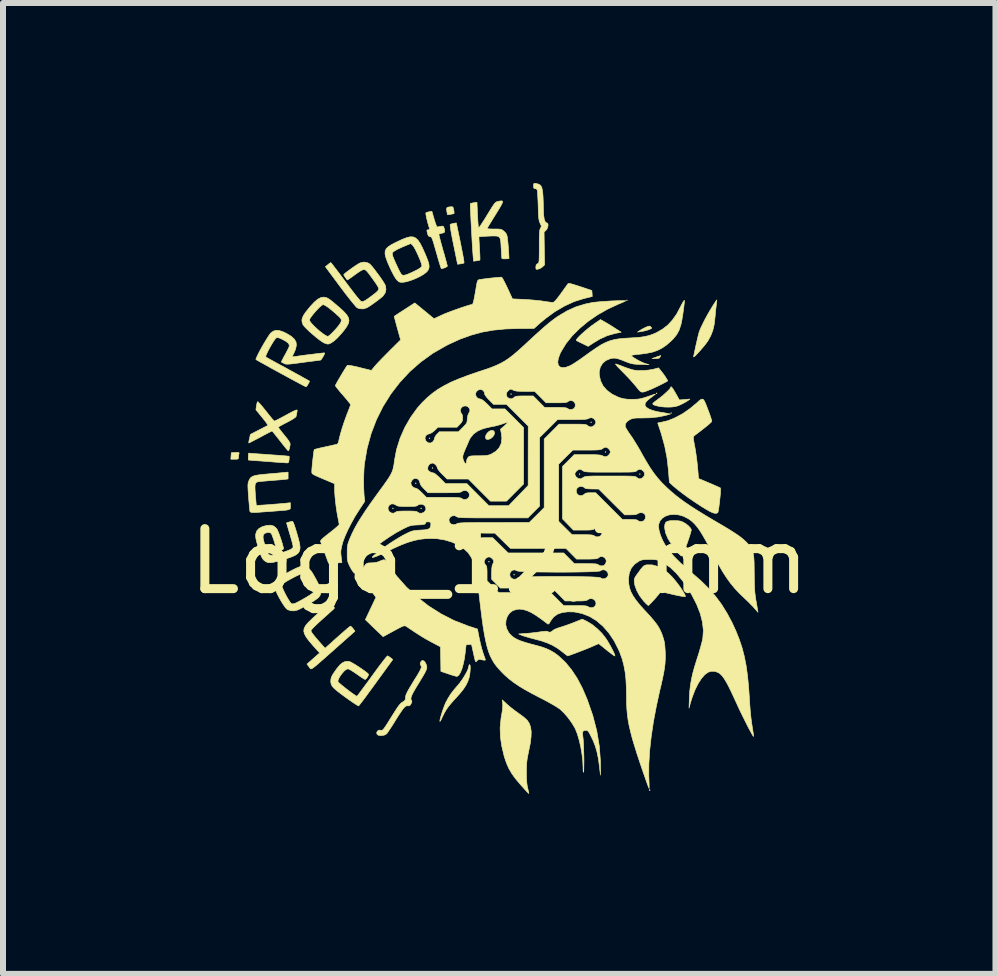
<source format=kicad_pcb>
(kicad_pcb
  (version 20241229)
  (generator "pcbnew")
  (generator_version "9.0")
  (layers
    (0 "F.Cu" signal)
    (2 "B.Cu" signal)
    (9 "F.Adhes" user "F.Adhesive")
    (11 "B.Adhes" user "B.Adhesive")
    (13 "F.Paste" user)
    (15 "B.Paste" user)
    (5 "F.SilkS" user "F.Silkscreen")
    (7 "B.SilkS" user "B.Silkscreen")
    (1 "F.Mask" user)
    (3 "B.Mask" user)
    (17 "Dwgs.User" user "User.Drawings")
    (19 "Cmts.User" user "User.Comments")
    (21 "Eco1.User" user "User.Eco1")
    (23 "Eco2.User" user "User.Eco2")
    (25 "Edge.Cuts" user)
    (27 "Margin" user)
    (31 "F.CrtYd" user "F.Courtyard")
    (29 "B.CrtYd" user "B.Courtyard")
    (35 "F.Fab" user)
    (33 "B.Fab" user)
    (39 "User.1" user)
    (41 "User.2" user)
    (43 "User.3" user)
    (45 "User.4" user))
  (footprint "Logo_12,7mm"
    (layer "F.Cu")
    (at 5.268 6.303)
    (property "Reference" "Logo_12,7mm" (at 0 0 0) (layer "F.SilkS") (effects (font (size 1 1) (thickness 0.15))))
    (attr exclude_from_pos_files exclude_from_bom)
    (fp_poly (pts (xy -1.765 -0.883) (xy -1.772 -0.876) (xy -1.778 -0.883) (xy -1.772 -0.889) (xy -1.765 -0.883)) (stroke (width 0.01) (type solid)) (fill yes) (layer "F.SilkS"))
    (fp_poly (pts (xy -1.384 -1.302) (xy -1.391 -1.295) (xy -1.397 -1.302) (xy -1.391 -1.308) (xy -1.384 -1.302)) (stroke (width 0.01) (type solid)) (fill yes) (layer "F.SilkS"))
    (fp_poly (pts (xy -1.295 -0.883) (xy -1.302 -0.876) (xy -1.308 -0.883) (xy -1.302 -0.889) (xy -1.295 -0.883)) (stroke (width 0.01) (type solid)) (fill yes) (layer "F.SilkS"))
    (fp_poly (pts (xy -1.156 -2.051) (xy -1.162 -2.045) (xy -1.168 -2.051) (xy -1.162 -2.057) (xy -1.156 -2.051)) (stroke (width 0.01) (type solid)) (fill yes) (layer "F.SilkS"))
    (fp_poly (pts (xy -1.105 -1.556) (xy -1.111 -1.549) (xy -1.118 -1.556) (xy -1.111 -1.562) (xy -1.105 -1.556)) (stroke (width 0.01) (type solid)) (fill yes) (layer "F.SilkS"))
    (fp_poly (pts (xy -0.165 0.006) (xy -0.171 0.013) (xy -0.178 0.006) (xy -0.171 0) (xy -0.165 0.006)) (stroke (width 0.01) (type solid)) (fill yes) (layer "F.SilkS"))
    (fp_poly (pts (xy 0.203 -2.788) (xy 0.197 -2.781) (xy 0.191 -2.788) (xy 0.197 -2.794) (xy 0.203 -2.788)) (stroke (width 0.01) (type solid)) (fill yes) (layer "F.SilkS"))
    (fp_poly (pts (xy 0.254 0.222) (xy 0.248 0.229) (xy 0.241 0.222) (xy 0.248 0.216) (xy 0.254 0.222)) (stroke (width 0.01) (type solid)) (fill yes) (layer "F.SilkS"))
    (fp_poly (pts (xy 1.346 -1.454) (xy 1.34 -1.448) (xy 1.333 -1.454) (xy 1.34 -1.46) (xy 1.346 -1.454)) (stroke (width 0.01) (type solid)) (fill yes) (layer "F.SilkS"))
    (fp_poly (pts (xy 1.537 -2.318) (xy 1.53 -2.311) (xy 1.524 -2.318) (xy 1.53 -2.324) (xy 1.537 -2.318)) (stroke (width 0.01) (type solid)) (fill yes) (layer "F.SilkS"))
    (fp_poly (pts (xy 1.778 -1.822) (xy 1.772 -1.816) (xy 1.765 -1.822) (xy 1.772 -1.829) (xy 1.778 -1.822)) (stroke (width 0.01) (type solid)) (fill yes) (layer "F.SilkS"))
    (fp_poly (pts (xy 2.134 -4.35) (xy 2.127 -4.343) (xy 2.121 -4.35) (xy 2.127 -4.356) (xy 2.134 -4.35)) (stroke (width 0.01) (type solid)) (fill yes) (layer "F.SilkS"))
    (fp_poly (pts (xy 2.349 -1.454) (xy 2.343 -1.448) (xy 2.337 -1.454) (xy 2.343 -1.46) (xy 2.349 -1.454)) (stroke (width 0.01) (type solid)) (fill yes) (layer "F.SilkS"))
    (fp_poly (pts (xy 2.629 -2.8) (xy 2.623 -2.794) (xy 2.616 -2.8) (xy 2.623 -2.807) (xy 2.629 -2.8)) (stroke (width 0.01) (type solid)) (fill yes) (layer "F.SilkS"))
    (fp_poly (pts (xy 2.87 -2.47) (xy 2.864 -2.464) (xy 2.857 -2.47) (xy 2.864 -2.477) (xy 2.87 -2.47)) (stroke (width 0.01) (type solid)) (fill yes) (layer "F.SilkS"))
    (fp_poly (pts (xy 2.51 3.802) (xy 2.512 3.817) (xy 2.51 3.818) (xy 2.503 3.817) (xy 2.502 3.81) (xy 2.507 3.8) (xy 2.51 3.802)) (stroke (width 0.01) (type solid)) (fill yes) (layer "F.SilkS"))
    (fp_poly (pts (xy 2.687 -3.42) (xy 2.68 -3.404) (xy 2.665 -3.387) (xy 2.638 -3.38) (xy 2.606 -3.379) (xy 2.546 -3.379) (xy 2.616 -3.404) (xy 2.654 -3.417) (xy 2.681 -3.426) (xy 2.69 -3.429) (xy 2.687 -3.42)) (stroke (width 0.01) (type solid)) (fill yes) (layer "F.SilkS"))
    (fp_poly (pts (xy -4.338 -1.812) (xy -4.334 -1.803) (xy -4.335 -1.797) (xy -4.341 -1.769) (xy -4.343 -1.739) (xy -4.345 -1.717) (xy -4.354 -1.706) (xy -4.376 -1.702) (xy -4.408 -1.702) (xy -4.472 -1.702) (xy -4.468 -1.756) (xy -4.464 -1.81) (xy -4.396 -1.814) (xy -4.357 -1.815) (xy -4.338 -1.812)) (stroke (width 0.01) (type solid)) (fill yes) (layer "F.SilkS"))
    (fp_poly (pts (xy -0.09 -2.173) (xy -0.079 -2.149) (xy -0.079 -2.143) (xy -0.085 -2.109) (xy -0.106 -2.077) (xy -0.137 -2.05) (xy -0.171 -2.034) (xy -0.203 -2.031) (xy -0.22 -2.04) (xy -0.23 -2.066) (xy -0.223 -2.099) (xy -0.203 -2.133) (xy -0.174 -2.162) (xy -0.141 -2.18) (xy -0.118 -2.182) (xy -0.09 -2.173)) (stroke (width 0.01) (type solid)) (fill yes) (layer "F.SilkS"))
    (fp_poly (pts (xy -0.771 -5.901) (xy -0.763 -5.877) (xy -0.758 -5.857) (xy -0.753 -5.822) (xy -0.752 -5.799) (xy -0.754 -5.795) (xy -0.769 -5.79) (xy -0.8 -5.784) (xy -0.811 -5.782) (xy -0.862 -5.775) (xy -0.873 -5.831) (xy -0.878 -5.87) (xy -0.872 -5.892) (xy -0.848 -5.903) (xy -0.813 -5.907) (xy -0.786 -5.909) (xy -0.771 -5.901)) (stroke (width 0.01) (type solid)) (fill yes) (layer "F.SilkS"))
    (fp_poly (pts (xy 2.518 -3.914) (xy 2.52 -3.912) (xy 2.537 -3.894) (xy 2.54 -3.886) (xy 2.529 -3.876) (xy 2.499 -3.863) (xy 2.457 -3.849) (xy 2.41 -3.837) (xy 2.364 -3.829) (xy 2.362 -3.828) (xy 2.305 -3.82) (xy 2.341 -3.845) (xy 2.373 -3.865) (xy 2.417 -3.888) (xy 2.439 -3.899) (xy 2.477 -3.915) (xy 2.501 -3.92) (xy 2.518 -3.914)) (stroke (width 0.01) (type solid)) (fill yes) (layer "F.SilkS"))
    (fp_poly (pts (xy -0.676 -5.452) (xy -0.649 -5.322) (xy -0.628 -5.215) (xy -0.611 -5.13) (xy -0.599 -5.065) (xy -0.591 -5.018) (xy -0.587 -4.988) (xy -0.587 -4.973) (xy -0.588 -4.971) (xy -0.604 -4.965) (xy -0.635 -4.958) (xy -0.644 -4.957) (xy -0.694 -4.95) (xy -0.761 -5.277) (xy -0.779 -5.364) (xy -0.794 -5.444) (xy -0.806 -5.512) (xy -0.814 -5.565) (xy -0.818 -5.6) (xy -0.817 -5.613) (xy -0.798 -5.622) (xy -0.766 -5.63) (xy -0.761 -5.631) (xy -0.715 -5.639) (xy -0.676 -5.452)) (stroke (width 0.01) (type solid)) (fill yes) (layer "F.SilkS"))
    (fp_poly (pts (xy 1.761 -3.987) (xy 1.808 -3.96) (xy 1.865 -3.925) (xy 1.921 -3.889) (xy 1.933 -3.881) (xy 2.032 -3.818) (xy 1.925 -3.796) (xy 1.801 -3.761) (xy 1.676 -3.704) (xy 1.567 -3.638) (xy 1.527 -3.612) (xy 1.498 -3.592) (xy 1.482 -3.583) (xy 1.481 -3.582) (xy 1.47 -3.588) (xy 1.441 -3.602) (xy 1.401 -3.622) (xy 1.384 -3.63) (xy 1.34 -3.651) (xy 1.306 -3.668) (xy 1.287 -3.678) (xy 1.285 -3.679) (xy 1.285 -3.691) (xy 1.302 -3.715) (xy 1.334 -3.75) (xy 1.377 -3.791) (xy 1.429 -3.837) (xy 1.485 -3.884) (xy 1.544 -3.93) (xy 1.601 -3.97) (xy 1.687 -4.029) (xy 1.761 -3.987)) (stroke (width 0.01) (type solid)) (fill yes) (layer "F.SilkS"))
    (fp_poly (pts (xy 2.877 -2.898) (xy 2.902 -2.863) (xy 2.936 -2.805) (xy 2.94 -2.799) (xy 3.001 -2.689) (xy 3.177 -2.704) (xy 3.145 -2.679) (xy 3.117 -2.661) (xy 3.076 -2.638) (xy 3.028 -2.614) (xy 3.027 -2.613) (xy 2.976 -2.591) (xy 2.931 -2.579) (xy 2.88 -2.572) (xy 2.832 -2.57) (xy 2.757 -2.571) (xy 2.687 -2.578) (xy 2.65 -2.585) (xy 2.597 -2.599) (xy 2.566 -2.611) (xy 2.557 -2.624) (xy 2.57 -2.643) (xy 2.605 -2.671) (xy 2.638 -2.695) (xy 2.687 -2.732) (xy 2.737 -2.773) (xy 2.782 -2.814) (xy 2.821 -2.851) (xy 2.847 -2.88) (xy 2.857 -2.898) (xy 2.857 -2.898) (xy 2.862 -2.91) (xy 2.877 -2.898)) (stroke (width 0.01) (type solid)) (fill yes) (layer "F.SilkS"))
    (fp_poly (pts (xy -4.091 -1.796) (xy -4.052 -1.793) (xy -3.992 -1.789) (xy -3.919 -1.784) (xy -3.838 -1.778) (xy -3.755 -1.772) (xy -3.678 -1.767) (xy -3.61 -1.761) (xy -3.555 -1.757) (xy -3.517 -1.753) (xy -3.5 -1.751) (xy -3.5 -1.75) (xy -3.499 -1.736) (xy -3.501 -1.706) (xy -3.502 -1.692) (xy -3.507 -1.658) (xy -3.517 -1.643) (xy -3.535 -1.64) (xy -3.541 -1.64) (xy -3.563 -1.642) (xy -3.607 -1.645) (xy -3.667 -1.649) (xy -3.741 -1.654) (xy -3.824 -1.661) (xy -3.873 -1.664) (xy -3.958 -1.671) (xy -4.034 -1.676) (xy -4.097 -1.681) (xy -4.144 -1.685) (xy -4.172 -1.687) (xy -4.178 -1.688) (xy -4.181 -1.7) (xy -4.181 -1.729) (xy -4.18 -1.746) (xy -4.176 -1.803) (xy -4.091 -1.796)) (stroke (width 0.01) (type solid)) (fill yes) (layer "F.SilkS"))
    (fp_poly (pts (xy 2.913 -0.679) (xy 2.974 -0.677) (xy 3.018 -0.671) (xy 3.054 -0.658) (xy 3.067 -0.651) (xy 3.115 -0.622) (xy 3.156 -0.588) (xy 3.186 -0.555) (xy 3.2 -0.528) (xy 3.2 -0.525) (xy 3.196 -0.503) (xy 3.185 -0.462) (xy 3.168 -0.409) (xy 3.148 -0.349) (xy 3.126 -0.286) (xy 3.105 -0.227) (xy 3.086 -0.177) (xy 3.074 -0.149) (xy 3.057 -0.115) (xy 3.042 -0.093) (xy 3.036 -0.089) (xy 3.023 -0.098) (xy 2.999 -0.122) (xy 2.968 -0.157) (xy 2.958 -0.168) (xy 2.872 -0.28) (xy 2.81 -0.382) (xy 2.771 -0.475) (xy 2.756 -0.559) (xy 2.756 -0.57) (xy 2.76 -0.616) (xy 2.773 -0.648) (xy 2.801 -0.667) (xy 2.846 -0.677) (xy 2.912 -0.679) (xy 2.913 -0.679)) (stroke (width 0.01) (type solid)) (fill yes) (layer "F.SilkS"))
    (fp_poly (pts (xy 3.625 -4.345) (xy 3.622 -4.315) (xy 3.618 -4.283) (xy 3.613 -4.24) (xy 3.606 -4.18) (xy 3.6 -4.112) (xy 3.595 -4.063) (xy 3.582 -3.949) (xy 3.56 -3.853) (xy 3.528 -3.768) (xy 3.485 -3.687) (xy 3.475 -3.671) (xy 3.451 -3.637) (xy 3.419 -3.596) (xy 3.382 -3.552) (xy 3.343 -3.507) (xy 3.306 -3.467) (xy 3.275 -3.434) (xy 3.251 -3.412) (xy 3.24 -3.406) (xy 3.239 -3.407) (xy 3.241 -3.426) (xy 3.249 -3.464) (xy 3.26 -3.517) (xy 3.273 -3.579) (xy 3.288 -3.643) (xy 3.302 -3.707) (xy 3.316 -3.763) (xy 3.327 -3.806) (xy 3.334 -3.829) (xy 3.353 -3.878) (xy 3.384 -3.943) (xy 3.421 -4.018) (xy 3.464 -4.098) (xy 3.509 -4.176) (xy 3.552 -4.247) (xy 3.557 -4.255) (xy 3.585 -4.299) (xy 3.608 -4.333) (xy 3.622 -4.353) (xy 3.625 -4.356) (xy 3.625 -4.345)) (stroke (width 0.01) (type solid)) (fill yes) (layer "F.SilkS"))
    (fp_poly (pts (xy -0.487 1.726) (xy -0.483 1.751) (xy -0.483 1.79) (xy -0.486 1.837) (xy -0.492 1.887) (xy -0.501 1.933) (xy -0.502 1.937) (xy -0.523 2) (xy -0.553 2.062) (xy -0.595 2.127) (xy -0.652 2.198) (xy -0.726 2.281) (xy -0.727 2.281) (xy -0.791 2.353) (xy -0.842 2.413) (xy -0.882 2.47) (xy -0.916 2.529) (xy -0.95 2.597) (xy -0.955 2.61) (xy -0.972 2.645) (xy -0.985 2.665) (xy -0.99 2.666) (xy -0.99 2.665) (xy -0.986 2.635) (xy -0.974 2.588) (xy -0.957 2.531) (xy -0.937 2.47) (xy -0.915 2.411) (xy -0.895 2.361) (xy -0.887 2.346) (xy -0.847 2.272) (xy -0.805 2.206) (xy -0.753 2.139) (xy -0.69 2.066) (xy -0.65 2.017) (xy -0.61 1.96) (xy -0.573 1.9) (xy -0.541 1.843) (xy -0.519 1.794) (xy -0.508 1.757) (xy -0.508 1.752) (xy -0.502 1.728) (xy -0.495 1.721) (xy -0.487 1.726)) (stroke (width 0.01) (type solid)) (fill yes) (layer "F.SilkS"))
    (fp_poly (pts (xy 1.957 -3.285) (xy 1.993 -3.272) (xy 2.039 -3.255) (xy 2.06 -3.246) (xy 2.12 -3.224) (xy 2.181 -3.204) (xy 2.233 -3.189) (xy 2.242 -3.187) (xy 2.314 -3.179) (xy 2.4 -3.179) (xy 2.49 -3.187) (xy 2.574 -3.202) (xy 2.588 -3.206) (xy 2.654 -3.224) (xy 2.697 -3.171) (xy 2.729 -3.13) (xy 2.759 -3.088) (xy 2.784 -3.049) (xy 2.801 -3.021) (xy 2.806 -3.006) (xy 2.805 -3.005) (xy 2.784 -2.992) (xy 2.746 -2.972) (xy 2.697 -2.947) (xy 2.643 -2.92) (xy 2.589 -2.895) (xy 2.543 -2.873) (xy 2.52 -2.864) (xy 2.458 -2.839) (xy 2.415 -2.824) (xy 2.384 -2.819) (xy 2.359 -2.826) (xy 2.334 -2.847) (xy 2.304 -2.883) (xy 2.275 -2.919) (xy 2.231 -2.971) (xy 2.176 -3.033) (xy 2.115 -3.097) (xy 2.057 -3.156) (xy 2.054 -3.159) (xy 2.009 -3.205) (xy 1.972 -3.243) (xy 1.948 -3.272) (xy 1.937 -3.287) (xy 1.938 -3.289) (xy 1.957 -3.285)) (stroke (width 0.01) (type solid)) (fill yes) (layer "F.SilkS"))
    (fp_poly (pts (xy 0.136 2.387) (xy 0.188 2.431) (xy 0.251 2.48) (xy 0.312 2.525) (xy 0.328 2.536) (xy 0.378 2.572) (xy 0.423 2.608) (xy 0.458 2.639) (xy 0.469 2.651) (xy 0.502 2.702) (xy 0.523 2.764) (xy 0.533 2.838) (xy 0.53 2.927) (xy 0.517 3.034) (xy 0.493 3.152) (xy 0.476 3.235) (xy 0.464 3.302) (xy 0.457 3.365) (xy 0.454 3.432) (xy 0.453 3.512) (xy 0.454 3.608) (xy 0.459 3.685) (xy 0.467 3.747) (xy 0.474 3.777) (xy 0.484 3.82) (xy 0.491 3.853) (xy 0.492 3.868) (xy 0.492 3.868) (xy 0.483 3.86) (xy 0.46 3.837) (xy 0.426 3.8) (xy 0.384 3.753) (xy 0.352 3.717) (xy 0.272 3.623) (xy 0.21 3.537) (xy 0.161 3.453) (xy 0.122 3.365) (xy 0.088 3.266) (xy 0.082 3.245) (xy 0.042 3.077) (xy 0.019 2.92) (xy 0.015 2.771) (xy 0.029 2.624) (xy 0.039 2.565) (xy 0.054 2.474) (xy 0.059 2.403) (xy 0.057 2.37) (xy 0.05 2.308) (xy 0.136 2.387)) (stroke (width 0.01) (type solid)) (fill yes) (layer "F.SilkS"))
    (fp_poly (pts (xy 2.548 0.059) (xy 2.637 0.083) (xy 2.727 0.129) (xy 2.817 0.197) (xy 2.878 0.257) (xy 2.917 0.302) (xy 2.959 0.354) (xy 3 0.408) (xy 3.037 0.462) (xy 3.068 0.511) (xy 3.091 0.551) (xy 3.102 0.578) (xy 3.101 0.587) (xy 3.085 0.588) (xy 3.048 0.583) (xy 2.992 0.573) (xy 2.922 0.558) (xy 2.891 0.551) (xy 2.824 0.535) (xy 2.766 0.522) (xy 2.722 0.513) (xy 2.695 0.509) (xy 2.689 0.509) (xy 2.666 0.538) (xy 2.635 0.576) (xy 2.599 0.618) (xy 2.562 0.659) (xy 2.528 0.695) (xy 2.502 0.722) (xy 2.486 0.735) (xy 2.485 0.736) (xy 2.47 0.726) (xy 2.444 0.702) (xy 2.412 0.668) (xy 2.402 0.656) (xy 2.339 0.573) (xy 2.291 0.486) (xy 2.26 0.4) (xy 2.252 0.353) (xy 2.249 0.323) (xy 2.251 0.299) (xy 2.258 0.276) (xy 2.275 0.247) (xy 2.302 0.208) (xy 2.326 0.176) (xy 2.362 0.127) (xy 2.389 0.095) (xy 2.41 0.075) (xy 2.43 0.065) (xy 2.454 0.059) (xy 2.464 0.058) (xy 2.548 0.059)) (stroke (width 0.01) (type solid)) (fill yes) (layer "F.SilkS"))
    (fp_poly (pts (xy -1.084 -5.7) (xy -1.067 -5.647) (xy -1.052 -5.605) (xy -1.04 -5.578) (xy -1.034 -5.571) (xy -1.015 -5.575) (xy -0.982 -5.581) (xy -0.976 -5.582) (xy -0.945 -5.586) (xy -0.929 -5.579) (xy -0.919 -5.555) (xy -0.916 -5.543) (xy -0.908 -5.505) (xy -0.912 -5.484) (xy -0.934 -5.472) (xy -0.956 -5.467) (xy -0.986 -5.459) (xy -1.004 -5.454) (xy -1.005 -5.453) (xy -1.004 -5.44) (xy -0.997 -5.407) (xy -0.984 -5.356) (xy -0.967 -5.292) (xy -0.946 -5.217) (xy -0.939 -5.191) (xy -0.916 -5.114) (xy -0.897 -5.044) (xy -0.881 -4.986) (xy -0.87 -4.944) (xy -0.864 -4.921) (xy -0.864 -4.919) (xy -0.875 -4.908) (xy -0.901 -4.894) (xy -0.933 -4.883) (xy -0.961 -4.877) (xy -0.965 -4.877) (xy -0.97 -4.889) (xy -0.981 -4.921) (xy -0.997 -4.971) (xy -1.016 -5.035) (xy -1.037 -5.11) (xy -1.047 -5.144) (xy -1.072 -5.231) (xy -1.091 -5.297) (xy -1.106 -5.345) (xy -1.118 -5.377) (xy -1.128 -5.396) (xy -1.137 -5.406) (xy -1.146 -5.41) (xy -1.151 -5.41) (xy -1.173 -5.416) (xy -1.187 -5.438) (xy -1.193 -5.458) (xy -1.203 -5.496) (xy -1.205 -5.516) (xy -1.196 -5.523) (xy -1.18 -5.524) (xy -1.16 -5.53) (xy -1.159 -5.54) (xy -1.174 -5.584) (xy -1.189 -5.636) (xy -1.203 -5.69) (xy -1.214 -5.739) (xy -1.221 -5.779) (xy -1.223 -5.802) (xy -1.222 -5.806) (xy -1.203 -5.816) (xy -1.17 -5.824) (xy -1.166 -5.825) (xy -1.122 -5.832) (xy -1.084 -5.7)) (stroke (width 0.01) (type solid)) (fill yes) (layer "F.SilkS"))
    (fp_poly (pts (xy 1.469 1.005) (xy 1.548 1.053) (xy 1.629 1.119) (xy 1.707 1.195) (xy 1.771 1.276) (xy 1.799 1.318) (xy 1.829 1.368) (xy 1.86 1.423) (xy 1.887 1.476) (xy 1.91 1.522) (xy 1.924 1.557) (xy 1.928 1.576) (xy 1.928 1.576) (xy 1.917 1.573) (xy 1.891 1.556) (xy 1.853 1.527) (xy 1.806 1.491) (xy 1.792 1.48) (xy 1.744 1.44) (xy 1.702 1.407) (xy 1.672 1.383) (xy 1.657 1.372) (xy 1.656 1.372) (xy 1.644 1.377) (xy 1.614 1.39) (xy 1.572 1.408) (xy 1.553 1.417) (xy 1.517 1.432) (xy 1.467 1.453) (xy 1.409 1.476) (xy 1.346 1.5) (xy 1.284 1.524) (xy 1.227 1.545) (xy 1.181 1.562) (xy 1.15 1.572) (xy 1.139 1.575) (xy 1.128 1.567) (xy 1.102 1.548) (xy 1.065 1.519) (xy 1.047 1.504) (xy 0.967 1.445) (xy 0.885 1.397) (xy 0.795 1.357) (xy 0.69 1.322) (xy 0.605 1.299) (xy 0.536 1.281) (xy 0.472 1.263) (xy 0.418 1.247) (xy 0.381 1.235) (xy 0.375 1.232) (xy 0.324 1.21) (xy 0.449 1.201) (xy 0.52 1.195) (xy 0.598 1.186) (xy 0.668 1.177) (xy 0.684 1.174) (xy 0.746 1.166) (xy 0.787 1.164) (xy 0.806 1.169) (xy 0.833 1.181) (xy 0.865 1.175) (xy 0.891 1.155) (xy 0.915 1.137) (xy 0.96 1.117) (xy 1.003 1.103) (xy 1.055 1.087) (xy 1.122 1.064) (xy 1.192 1.039) (xy 1.241 1.02) (xy 1.383 0.963) (xy 1.469 1.005)) (stroke (width 0.01) (type solid)) (fill yes) (layer "F.SilkS"))
    (fp_poly (pts (xy -2.807 0.707) (xy -2.784 0.728) (xy -2.775 0.737) (xy -2.752 0.762) (xy -2.746 0.776) (xy -2.754 0.79) (xy -2.763 0.798) (xy -2.78 0.814) (xy -2.813 0.843) (xy -2.857 0.883) (xy -2.91 0.93) (xy -2.962 0.977) (xy -3.028 1.037) (xy -3.08 1.087) (xy -3.116 1.125) (xy -3.135 1.15) (xy -3.137 1.156) (xy -3.131 1.173) (xy -3.114 1.2) (xy -3.083 1.24) (xy -3.038 1.294) (xy -2.977 1.364) (xy -2.945 1.4) (xy -2.902 1.448) (xy -2.696 1.264) (xy -2.635 1.21) (xy -2.58 1.162) (xy -2.535 1.123) (xy -2.501 1.095) (xy -2.481 1.081) (xy -2.479 1.079) (xy -2.464 1.089) (xy -2.442 1.112) (xy -2.435 1.121) (xy -2.403 1.163) (xy -2.739 1.461) (xy -2.836 1.547) (xy -2.916 1.618) (xy -2.98 1.674) (xy -3.03 1.718) (xy -3.069 1.75) (xy -3.098 1.772) (xy -3.119 1.786) (xy -3.133 1.791) (xy -3.143 1.79) (xy -3.151 1.784) (xy -3.157 1.774) (xy -3.166 1.762) (xy -3.169 1.758) (xy -3.203 1.712) (xy -3.135 1.652) (xy -3.095 1.616) (xy -3.056 1.582) (xy -3.03 1.559) (xy -2.992 1.527) (xy -3.104 1.402) (xy -3.17 1.325) (xy -3.217 1.261) (xy -3.246 1.207) (xy -3.257 1.16) (xy -3.25 1.116) (xy -3.227 1.071) (xy -3.187 1.023) (xy -3.159 0.996) (xy -3.116 0.954) (xy -3.066 0.908) (xy -3.013 0.86) (xy -2.96 0.813) (xy -2.911 0.771) (xy -2.869 0.735) (xy -2.838 0.71) (xy -2.822 0.699) (xy -2.821 0.699) (xy -2.807 0.707)) (stroke (width 0.01) (type solid)) (fill yes) (layer "F.SilkS"))
    (fp_poly (pts (xy 0.605 -6.297) (xy 0.618 -6.295) (xy 0.661 -6.283) (xy 0.691 -6.262) (xy 0.71 -6.226) (xy 0.721 -6.172) (xy 0.726 -6.131) (xy 0.73 -6.073) (xy 0.733 -6) (xy 0.735 -5.924) (xy 0.736 -5.877) (xy 0.739 -5.781) (xy 0.748 -5.71) (xy 0.763 -5.663) (xy 0.783 -5.641) (xy 0.793 -5.639) (xy 0.809 -5.629) (xy 0.814 -5.604) (xy 0.809 -5.571) (xy 0.795 -5.537) (xy 0.78 -5.518) (xy 0.747 -5.485) (xy 0.751 -5.213) (xy 0.756 -4.941) (xy 0.724 -4.909) (xy 0.689 -4.884) (xy 0.651 -4.869) (xy 0.623 -4.865) (xy 0.612 -4.873) (xy 0.61 -4.9) (xy 0.61 -4.904) (xy 0.615 -4.938) (xy 0.633 -4.957) (xy 0.638 -4.96) (xy 0.648 -4.964) (xy 0.655 -4.971) (xy 0.66 -4.984) (xy 0.663 -5.006) (xy 0.665 -5.04) (xy 0.666 -5.089) (xy 0.667 -5.157) (xy 0.667 -5.246) (xy 0.667 -5.339) (xy 0.668 -5.41) (xy 0.67 -5.463) (xy 0.673 -5.5) (xy 0.677 -5.526) (xy 0.683 -5.543) (xy 0.687 -5.55) (xy 0.699 -5.572) (xy 0.7 -5.591) (xy 0.688 -5.618) (xy 0.682 -5.631) (xy 0.673 -5.651) (xy 0.666 -5.675) (xy 0.66 -5.706) (xy 0.656 -5.748) (xy 0.653 -5.806) (xy 0.65 -5.883) (xy 0.649 -5.93) (xy 0.646 -6.007) (xy 0.642 -6.077) (xy 0.639 -6.134) (xy 0.635 -6.174) (xy 0.631 -6.194) (xy 0.631 -6.194) (xy 0.611 -6.208) (xy 0.596 -6.21) (xy 0.579 -6.215) (xy 0.572 -6.235) (xy 0.572 -6.256) (xy 0.573 -6.286) (xy 0.582 -6.298) (xy 0.605 -6.297)) (stroke (width 0.01) (type solid)) (fill yes) (layer "F.SilkS"))
    (fp_poly (pts (xy -2.874 -4.392) (xy -2.828 -4.366) (xy -2.803 -4.347) (xy -2.764 -4.315) (xy -2.716 -4.275) (xy -2.666 -4.232) (xy -2.665 -4.231) (xy -2.593 -4.166) (xy -2.543 -4.111) (xy -2.513 -4.062) (xy -2.503 -4.014) (xy -2.513 -3.964) (xy -2.543 -3.908) (xy -2.592 -3.841) (xy -2.634 -3.791) (xy -2.697 -3.722) (xy -2.756 -3.669) (xy -2.808 -3.635) (xy -2.849 -3.62) (xy -2.856 -3.62) (xy -2.88 -3.625) (xy -2.915 -3.638) (xy -2.924 -3.642) (xy -2.956 -3.662) (xy -3.001 -3.694) (xy -3.053 -3.735) (xy -3.107 -3.781) (xy -3.161 -3.828) (xy -3.208 -3.873) (xy -3.245 -3.911) (xy -3.267 -3.939) (xy -3.269 -3.943) (xy -3.284 -3.983) (xy -3.288 -4.02) (xy -3.288 -4.021) (xy -3.162 -4.021) (xy -3.153 -3.998) (xy -3.127 -3.964) (xy -3.089 -3.924) (xy -3.043 -3.88) (xy -2.994 -3.837) (xy -2.945 -3.799) (xy -2.902 -3.769) (xy -2.869 -3.752) (xy -2.854 -3.749) (xy -2.835 -3.76) (xy -2.804 -3.786) (xy -2.766 -3.824) (xy -2.728 -3.865) (xy -2.679 -3.923) (xy -2.648 -3.967) (xy -2.632 -4) (xy -2.632 -4.028) (xy -2.646 -4.053) (xy -2.664 -4.072) (xy -2.737 -4.139) (xy -2.803 -4.194) (xy -2.858 -4.237) (xy -2.902 -4.265) (xy -2.93 -4.277) (xy -2.936 -4.278) (xy -2.957 -4.266) (xy -2.989 -4.239) (xy -3.027 -4.201) (xy -3.067 -4.157) (xy -3.105 -4.112) (xy -3.136 -4.071) (xy -3.157 -4.038) (xy -3.162 -4.021) (xy -3.288 -4.021) (xy -3.279 -4.06) (xy -3.257 -4.105) (xy -3.22 -4.159) (xy -3.165 -4.226) (xy -3.149 -4.246) (xy -3.083 -4.317) (xy -3.025 -4.367) (xy -2.972 -4.395) (xy -2.923 -4.403) (xy -2.874 -4.392)) (stroke (width 0.01) (type solid)) (fill yes) (layer "F.SilkS"))
    (fp_poly (pts (xy -1.437 -5.406) (xy -1.395 -5.389) (xy -1.356 -5.354) (xy -1.319 -5.3) (xy -1.28 -5.225) (xy -1.236 -5.127) (xy -1.221 -5.091) (xy -1.19 -5.013) (xy -1.172 -4.953) (xy -1.168 -4.905) (xy -1.177 -4.867) (xy -1.199 -4.833) (xy -1.217 -4.815) (xy -1.262 -4.781) (xy -1.324 -4.745) (xy -1.396 -4.711) (xy -1.47 -4.682) (xy -1.538 -4.661) (xy -1.59 -4.651) (xy -1.633 -4.649) (xy -1.66 -4.653) (xy -1.682 -4.666) (xy -1.705 -4.688) (xy -1.73 -4.72) (xy -1.761 -4.773) (xy -1.796 -4.841) (xy -1.822 -4.896) (xy -1.862 -4.988) (xy -1.889 -5.062) (xy -1.903 -5.121) (xy -1.902 -5.129) (xy -1.782 -5.129) (xy -1.78 -5.108) (xy -1.771 -5.076) (xy -1.752 -5.03) (xy -1.724 -4.966) (xy -1.723 -4.964) (xy -1.695 -4.904) (xy -1.67 -4.851) (xy -1.648 -4.81) (xy -1.634 -4.787) (xy -1.632 -4.785) (xy -1.617 -4.771) (xy -1.596 -4.766) (xy -1.568 -4.77) (xy -1.528 -4.783) (xy -1.472 -4.807) (xy -1.419 -4.832) (xy -1.355 -4.864) (xy -1.312 -4.892) (xy -1.29 -4.912) (xy -1.289 -4.915) (xy -1.291 -4.938) (xy -1.302 -4.977) (xy -1.321 -5.028) (xy -1.345 -5.085) (xy -1.371 -5.142) (xy -1.397 -5.195) (xy -1.422 -5.238) (xy -1.441 -5.265) (xy -1.443 -5.267) (xy -1.474 -5.295) (xy -1.534 -5.271) (xy -1.622 -5.234) (xy -1.693 -5.201) (xy -1.744 -5.172) (xy -1.773 -5.15) (xy -1.778 -5.143) (xy -1.782 -5.129) (xy -1.902 -5.129) (xy -1.901 -5.168) (xy -1.884 -5.207) (xy -1.85 -5.241) (xy -1.799 -5.275) (xy -1.728 -5.312) (xy -1.705 -5.323) (xy -1.618 -5.364) (xy -1.546 -5.392) (xy -1.487 -5.407) (xy -1.437 -5.406)) (stroke (width 0.01) (type solid)) (fill yes) (layer "F.SilkS"))
    (fp_poly (pts (xy 3.402 -2.696) (xy 3.42 -2.669) (xy 3.441 -2.622) (xy 3.468 -2.553) (xy 3.475 -2.534) (xy 3.499 -2.47) (xy 3.519 -2.414) (xy 3.533 -2.369) (xy 3.541 -2.342) (xy 3.542 -2.337) (xy 3.539 -2.328) (xy 3.527 -2.315) (xy 3.506 -2.295) (xy 3.472 -2.266) (xy 3.425 -2.228) (xy 3.361 -2.178) (xy 3.28 -2.116) (xy 3.244 -2.088) (xy 3.238 -2.079) (xy 3.235 -2.063) (xy 3.237 -2.035) (xy 3.243 -1.992) (xy 3.255 -1.929) (xy 3.258 -1.915) (xy 3.271 -1.839) (xy 3.284 -1.749) (xy 3.296 -1.656) (xy 3.305 -1.571) (xy 3.305 -1.568) (xy 3.321 -1.38) (xy 3.499 -1.305) (xy 3.561 -1.279) (xy 3.615 -1.255) (xy 3.656 -1.237) (xy 3.681 -1.225) (xy 3.685 -1.222) (xy 3.687 -1.206) (xy 3.687 -1.17) (xy 3.684 -1.119) (xy 3.678 -1.06) (xy 3.672 -0.997) (xy 3.664 -0.935) (xy 3.657 -0.881) (xy 3.649 -0.838) (xy 3.643 -0.814) (xy 3.64 -0.81) (xy 3.618 -0.801) (xy 3.589 -0.801) (xy 3.552 -0.812) (xy 3.503 -0.835) (xy 3.44 -0.872) (xy 3.372 -0.913) (xy 3.262 -0.985) (xy 3.155 -1.058) (xy 3.057 -1.13) (xy 2.971 -1.196) (xy 2.903 -1.253) (xy 2.894 -1.261) (xy 2.835 -1.316) (xy 2.82 -1.51) (xy 2.796 -1.722) (xy 2.757 -1.921) (xy 2.703 -2.116) (xy 2.693 -2.148) (xy 2.674 -2.206) (xy 2.658 -2.254) (xy 2.646 -2.289) (xy 2.642 -2.304) (xy 2.642 -2.305) (xy 2.653 -2.309) (xy 2.681 -2.314) (xy 2.699 -2.317) (xy 2.812 -2.344) (xy 2.931 -2.393) (xy 3.054 -2.459) (xy 3.175 -2.543) (xy 3.29 -2.638) (xy 3.329 -2.674) (xy 3.359 -2.697) (xy 3.382 -2.704) (xy 3.402 -2.696)) (stroke (width 0.01) (type solid)) (fill yes) (layer "F.SilkS"))
    (fp_poly (pts (xy -3.518 -1.373) (xy -3.572 -1.366) (xy -3.604 -1.363) (xy -3.656 -1.358) (xy -3.72 -1.353) (xy -3.79 -1.347) (xy -3.81 -1.346) (xy -3.878 -1.34) (xy -3.939 -1.335) (xy -3.987 -1.33) (xy -4.018 -1.326) (xy -4.023 -1.325) (xy -4.044 -1.317) (xy -4.058 -1.303) (xy -4.067 -1.278) (xy -4.07 -1.24) (xy -4.068 -1.184) (xy -4.063 -1.106) (xy -4.063 -1.103) (xy -4.057 -1.04) (xy -4.053 -0.988) (xy -4.049 -0.95) (xy -4.047 -0.932) (xy -4.047 -0.931) (xy -4.034 -0.932) (xy -4.001 -0.934) (xy -3.951 -0.937) (xy -3.89 -0.941) (xy -3.822 -0.946) (xy -3.752 -0.952) (xy -3.684 -0.957) (xy -3.622 -0.963) (xy -3.573 -0.967) (xy -3.539 -0.97) (xy -3.534 -0.971) (xy -3.48 -0.977) (xy -3.48 -0.921) (xy -3.479 -0.901) (xy -3.48 -0.886) (xy -3.485 -0.874) (xy -3.497 -0.866) (xy -3.518 -0.859) (xy -3.552 -0.853) (xy -3.601 -0.848) (xy -3.669 -0.843) (xy -3.758 -0.836) (xy -3.81 -0.832) (xy -3.912 -0.825) (xy -3.991 -0.819) (xy -4.051 -0.815) (xy -4.094 -0.814) (xy -4.123 -0.815) (xy -4.141 -0.82) (xy -4.151 -0.827) (xy -4.155 -0.838) (xy -4.157 -0.853) (xy -4.158 -0.867) (xy -4.162 -0.899) (xy -4.166 -0.95) (xy -4.172 -1.014) (xy -4.177 -1.085) (xy -4.179 -1.106) (xy -4.184 -1.18) (xy -4.187 -1.235) (xy -4.187 -1.274) (xy -4.184 -1.303) (xy -4.178 -1.327) (xy -4.172 -1.341) (xy -4.157 -1.373) (xy -4.138 -1.397) (xy -4.111 -1.415) (xy -4.073 -1.429) (xy -4.019 -1.439) (xy -3.947 -1.448) (xy -3.869 -1.455) (xy -3.793 -1.462) (xy -3.719 -1.468) (xy -3.655 -1.474) (xy -3.607 -1.478) (xy -3.591 -1.48) (xy -3.518 -1.487) (xy -3.518 -1.373)) (stroke (width 0.01) (type solid)) (fill yes) (layer "F.SilkS"))
    (fp_poly (pts (xy -1.252 1.662) (xy -1.229 1.691) (xy -1.212 1.729) (xy -1.206 1.765) (xy -1.209 1.786) (xy -1.218 1.813) (xy -1.235 1.849) (xy -1.262 1.898) (xy -1.3 1.961) (xy -1.34 2.027) (xy -1.391 2.11) (xy -1.429 2.176) (xy -1.454 2.226) (xy -1.468 2.264) (xy -1.472 2.291) (xy -1.467 2.31) (xy -1.46 2.32) (xy -1.455 2.339) (xy -1.469 2.372) (xy -1.469 2.373) (xy -1.489 2.401) (xy -1.51 2.408) (xy -1.52 2.407) (xy -1.538 2.406) (xy -1.558 2.414) (xy -1.58 2.432) (xy -1.607 2.464) (xy -1.64 2.511) (xy -1.683 2.576) (xy -1.733 2.656) (xy -1.773 2.721) (xy -1.811 2.779) (xy -1.843 2.827) (xy -1.866 2.861) (xy -1.879 2.876) (xy -1.915 2.895) (xy -1.962 2.903) (xy -2.007 2.899) (xy -2.016 2.896) (xy -2.038 2.877) (xy -2.041 2.852) (xy -2.029 2.828) (xy -2.006 2.813) (xy -1.979 2.813) (xy -1.964 2.816) (xy -1.95 2.813) (xy -1.935 2.803) (xy -1.917 2.781) (xy -1.893 2.746) (xy -1.86 2.695) (xy -1.823 2.635) (xy -1.77 2.551) (xy -1.729 2.486) (xy -1.697 2.437) (xy -1.671 2.401) (xy -1.65 2.376) (xy -1.632 2.359) (xy -1.615 2.347) (xy -1.607 2.342) (xy -1.577 2.322) (xy -1.564 2.299) (xy -1.562 2.276) (xy -1.561 2.254) (xy -1.555 2.23) (xy -1.543 2.2) (xy -1.524 2.162) (xy -1.496 2.113) (xy -1.457 2.048) (xy -1.407 1.965) (xy -1.403 1.96) (xy -1.359 1.889) (xy -1.328 1.835) (xy -1.309 1.797) (xy -1.299 1.769) (xy -1.298 1.75) (xy -1.305 1.736) (xy -1.31 1.73) (xy -1.317 1.708) (xy -1.31 1.68) (xy -1.293 1.658) (xy -1.278 1.651) (xy -1.252 1.662)) (stroke (width 0.01) (type solid)) (fill yes) (layer "F.SilkS"))
    (fp_poly (pts (xy -3.221 0.086) (xy -3.173 0.117) (xy -3.127 0.171) (xy -3.101 0.212) (xy -3.049 0.305) (xy -3.011 0.38) (xy -2.986 0.44) (xy -2.973 0.489) (xy -2.973 0.529) (xy -2.983 0.563) (xy -3.005 0.595) (xy -3.009 0.6) (xy -3.034 0.622) (xy -3.076 0.651) (xy -3.13 0.686) (xy -3.191 0.723) (xy -3.254 0.758) (xy -3.313 0.789) (xy -3.357 0.81) (xy -3.417 0.825) (xy -3.477 0.822) (xy -3.529 0.803) (xy -3.541 0.793) (xy -3.566 0.766) (xy -3.598 0.72) (xy -3.633 0.664) (xy -3.668 0.602) (xy -3.7 0.54) (xy -3.725 0.485) (xy -3.741 0.442) (xy -3.743 0.428) (xy -3.744 0.415) (xy -3.619 0.415) (xy -3.613 0.438) (xy -3.597 0.476) (xy -3.575 0.523) (xy -3.548 0.575) (xy -3.52 0.624) (xy -3.494 0.665) (xy -3.474 0.694) (xy -3.464 0.703) (xy -3.447 0.708) (xy -3.428 0.707) (xy -3.403 0.7) (xy -3.368 0.684) (xy -3.319 0.658) (xy -3.261 0.626) (xy -3.205 0.593) (xy -3.155 0.562) (xy -3.119 0.536) (xy -3.098 0.519) (xy -3.096 0.516) (xy -3.095 0.492) (xy -3.107 0.452) (xy -3.128 0.403) (xy -3.156 0.35) (xy -3.187 0.299) (xy -3.219 0.254) (xy -3.248 0.221) (xy -3.272 0.206) (xy -3.274 0.205) (xy -3.298 0.21) (xy -3.338 0.225) (xy -3.39 0.249) (xy -3.426 0.268) (xy -3.497 0.306) (xy -3.549 0.336) (xy -3.584 0.359) (xy -3.605 0.378) (xy -3.616 0.394) (xy -3.619 0.411) (xy -3.619 0.415) (xy -3.744 0.415) (xy -3.745 0.39) (xy -3.738 0.356) (xy -3.72 0.323) (xy -3.688 0.29) (xy -3.64 0.255) (xy -3.574 0.214) (xy -3.488 0.167) (xy -3.45 0.147) (xy -3.382 0.113) (xy -3.325 0.09) (xy -3.285 0.077) (xy -3.273 0.076) (xy -3.221 0.086)) (stroke (width 0.01) (type solid)) (fill yes) (layer "F.SilkS"))
    (fp_poly (pts (xy -1.844 1.583) (xy -1.816 1.602) (xy -1.811 1.606) (xy -1.774 1.636) (xy -2.053 2.02) (xy -2.116 2.107) (xy -2.175 2.187) (xy -2.227 2.259) (xy -2.272 2.319) (xy -2.308 2.365) (xy -2.332 2.396) (xy -2.343 2.408) (xy -2.343 2.409) (xy -2.357 2.403) (xy -2.388 2.384) (xy -2.432 2.355) (xy -2.486 2.318) (xy -2.54 2.28) (xy -2.622 2.22) (xy -2.686 2.171) (xy -2.733 2.132) (xy -2.767 2.1) (xy -2.788 2.071) (xy -2.8 2.045) (xy -2.806 2.017) (xy -2.807 1.996) (xy -2.804 1.959) (xy -2.794 1.925) (xy -2.774 1.886) (xy -2.753 1.854) (xy -2.699 1.778) (xy -2.652 1.723) (xy -2.608 1.688) (xy -2.566 1.669) (xy -2.521 1.666) (xy -2.496 1.669) (xy -2.473 1.679) (xy -2.435 1.7) (xy -2.386 1.729) (xy -2.334 1.763) (xy -2.281 1.799) (xy -2.235 1.832) (xy -2.199 1.86) (xy -2.179 1.879) (xy -2.178 1.88) (xy -2.18 1.897) (xy -2.193 1.924) (xy -2.212 1.95) (xy -2.23 1.966) (xy -2.236 1.968) (xy -2.25 1.961) (xy -2.281 1.942) (xy -2.323 1.914) (xy -2.371 1.88) (xy -2.422 1.845) (xy -2.468 1.816) (xy -2.503 1.797) (xy -2.523 1.791) (xy -2.55 1.801) (xy -2.584 1.828) (xy -2.618 1.867) (xy -2.65 1.91) (xy -2.674 1.952) (xy -2.687 1.988) (xy -2.687 2.005) (xy -2.675 2.019) (xy -2.647 2.044) (xy -2.607 2.077) (xy -2.56 2.115) (xy -2.51 2.153) (xy -2.462 2.189) (xy -2.419 2.219) (xy -2.388 2.24) (xy -2.371 2.248) (xy -2.371 2.248) (xy -2.362 2.238) (xy -2.34 2.21) (xy -2.307 2.166) (xy -2.265 2.109) (xy -2.214 2.04) (xy -2.158 1.964) (xy -2.12 1.911) (xy -2.061 1.83) (xy -2.007 1.756) (xy -1.958 1.692) (xy -1.917 1.639) (xy -1.887 1.601) (xy -1.867 1.579) (xy -1.862 1.575) (xy -1.844 1.583)) (stroke (width 0.01) (type solid)) (fill yes) (layer "F.SilkS"))
    (fp_poly (pts (xy -4.015 -2.654) (xy -3.991 -2.629) (xy -3.958 -2.591) (xy -3.918 -2.542) (xy -3.886 -2.502) (xy -3.842 -2.447) (xy -3.804 -2.4) (xy -3.773 -2.363) (xy -3.753 -2.342) (xy -3.746 -2.337) (xy -3.732 -2.343) (xy -3.699 -2.358) (xy -3.653 -2.382) (xy -3.597 -2.412) (xy -3.573 -2.425) (xy -3.499 -2.465) (xy -3.444 -2.494) (xy -3.407 -2.512) (xy -3.383 -2.521) (xy -3.371 -2.522) (xy -3.366 -2.514) (xy -3.368 -2.5) (xy -3.371 -2.482) (xy -3.378 -2.444) (xy -3.385 -2.415) (xy -3.386 -2.411) (xy -3.399 -2.398) (xy -3.43 -2.376) (xy -3.475 -2.349) (xy -3.53 -2.32) (xy -3.537 -2.316) (xy -3.592 -2.288) (xy -3.637 -2.263) (xy -3.669 -2.245) (xy -3.683 -2.235) (xy -3.683 -2.235) (xy -3.675 -2.223) (xy -3.655 -2.196) (xy -3.624 -2.156) (xy -3.586 -2.109) (xy -3.58 -2.102) (xy -3.538 -2.05) (xy -3.51 -2.012) (xy -3.493 -1.985) (xy -3.485 -1.965) (xy -3.484 -1.946) (xy -3.486 -1.931) (xy -3.496 -1.88) (xy -3.506 -1.851) (xy -3.515 -1.842) (xy -3.516 -1.842) (xy -3.526 -1.852) (xy -3.549 -1.878) (xy -3.581 -1.918) (xy -3.621 -1.968) (xy -3.651 -2.007) (xy -3.694 -2.062) (xy -3.732 -2.109) (xy -3.761 -2.145) (xy -3.78 -2.167) (xy -3.785 -2.172) (xy -3.798 -2.166) (xy -3.83 -2.15) (xy -3.876 -2.126) (xy -3.933 -2.096) (xy -3.981 -2.07) (xy -4.044 -2.037) (xy -4.098 -2.009) (xy -4.14 -1.987) (xy -4.166 -1.975) (xy -4.173 -1.972) (xy -4.173 -1.985) (xy -4.168 -2.016) (xy -4.161 -2.045) (xy -4.146 -2.115) (xy -4.007 -2.187) (xy -3.952 -2.215) (xy -3.906 -2.239) (xy -3.872 -2.256) (xy -3.855 -2.264) (xy -3.855 -2.264) (xy -3.858 -2.275) (xy -3.875 -2.301) (xy -3.903 -2.34) (xy -3.94 -2.386) (xy -3.949 -2.397) (xy -4.054 -2.526) (xy -4.045 -2.59) (xy -4.038 -2.628) (xy -4.03 -2.654) (xy -4.025 -2.661) (xy -4.015 -2.654)) (stroke (width 0.01) (type solid)) (fill yes) (layer "F.SilkS"))
    (fp_poly (pts (xy -2.193 -4.975) (xy -2.164 -4.96) (xy -2.143 -4.94) (xy -2.111 -4.904) (xy -2.073 -4.856) (xy -2.032 -4.801) (xy -1.99 -4.744) (xy -1.952 -4.689) (xy -1.921 -4.641) (xy -1.901 -4.605) (xy -1.896 -4.593) (xy -1.887 -4.531) (xy -1.901 -4.471) (xy -1.938 -4.419) (xy -1.94 -4.417) (xy -1.973 -4.389) (xy -2.019 -4.353) (xy -2.072 -4.314) (xy -2.125 -4.276) (xy -2.172 -4.245) (xy -2.205 -4.225) (xy -2.206 -4.225) (xy -2.266 -4.206) (xy -2.328 -4.21) (xy -2.366 -4.224) (xy -2.383 -4.239) (xy -2.412 -4.273) (xy -2.453 -4.322) (xy -2.503 -4.385) (xy -2.561 -4.459) (xy -2.624 -4.543) (xy -2.649 -4.576) (xy -2.896 -4.909) (xy -2.855 -4.943) (xy -2.828 -4.965) (xy -2.809 -4.977) (xy -2.806 -4.978) (xy -2.797 -4.968) (xy -2.775 -4.941) (xy -2.742 -4.897) (xy -2.699 -4.841) (xy -2.648 -4.774) (xy -2.592 -4.699) (xy -2.565 -4.662) (xy -2.506 -4.583) (xy -2.45 -4.51) (xy -2.401 -4.446) (xy -2.359 -4.394) (xy -2.328 -4.357) (xy -2.308 -4.336) (xy -2.304 -4.333) (xy -2.285 -4.328) (xy -2.263 -4.332) (xy -2.233 -4.346) (xy -2.193 -4.373) (xy -2.137 -4.413) (xy -2.115 -4.43) (xy -2.064 -4.469) (xy -2.032 -4.498) (xy -2.014 -4.52) (xy -2.007 -4.54) (xy -2.007 -4.547) (xy -2.014 -4.564) (xy -2.033 -4.597) (xy -2.061 -4.64) (xy -2.095 -4.688) (xy -2.131 -4.738) (xy -2.165 -4.784) (xy -2.194 -4.821) (xy -2.216 -4.845) (xy -2.22 -4.848) (xy -2.239 -4.859) (xy -2.26 -4.861) (xy -2.286 -4.853) (xy -2.323 -4.832) (xy -2.373 -4.798) (xy -2.406 -4.774) (xy -2.454 -4.739) (xy -2.493 -4.712) (xy -2.521 -4.694) (xy -2.532 -4.688) (xy -2.532 -4.688) (xy -2.541 -4.7) (xy -2.559 -4.724) (xy -2.563 -4.729) (xy -2.581 -4.756) (xy -2.591 -4.774) (xy -2.591 -4.776) (xy -2.581 -4.788) (xy -2.555 -4.811) (xy -2.516 -4.84) (xy -2.471 -4.873) (xy -2.423 -4.907) (xy -2.378 -4.937) (xy -2.34 -4.961) (xy -2.314 -4.974) (xy -2.253 -4.987) (xy -2.193 -4.975)) (stroke (width 0.01) (type solid)) (fill yes) (layer "F.SilkS"))
    (fp_poly (pts (xy -1.908 -0.024) (xy -1.889 -0.008) (xy -1.867 0.025) (xy -1.852 0.048) (xy -1.711 0.243) (xy -1.549 0.426) (xy -1.37 0.593) (xy -1.176 0.744) (xy -0.969 0.875) (xy -0.752 0.986) (xy -0.529 1.073) (xy -0.514 1.078) (xy -0.362 1.128) (xy -0.352 1.183) (xy -0.333 1.28) (xy -0.312 1.375) (xy -0.29 1.46) (xy -0.268 1.531) (xy -0.258 1.56) (xy -0.243 1.601) (xy -0.233 1.632) (xy -0.232 1.646) (xy -0.232 1.646) (xy -0.247 1.647) (xy -0.277 1.643) (xy -0.292 1.64) (xy -0.328 1.633) (xy -0.349 1.637) (xy -0.366 1.651) (xy -0.369 1.655) (xy -0.38 1.668) (xy -0.387 1.673) (xy -0.394 1.669) (xy -0.401 1.651) (xy -0.41 1.618) (xy -0.422 1.565) (xy -0.433 1.514) (xy -0.462 1.383) (xy -0.507 1.387) (xy -0.552 1.391) (xy -0.568 1.53) (xy -0.581 1.626) (xy -0.6 1.713) (xy -0.621 1.789) (xy -0.645 1.849) (xy -0.671 1.892) (xy -0.696 1.914) (xy -0.708 1.917) (xy -0.729 1.912) (xy -0.768 1.901) (xy -0.818 1.886) (xy -0.851 1.874) (xy -0.972 1.833) (xy -0.975 1.629) (xy -0.979 1.424) (xy -1.125 1.347) (xy -1.197 1.308) (xy -1.276 1.262) (xy -1.351 1.215) (xy -1.399 1.184) (xy -1.451 1.149) (xy -1.498 1.118) (xy -1.534 1.093) (xy -1.554 1.081) (xy -1.566 1.075) (xy -1.581 1.074) (xy -1.601 1.079) (xy -1.631 1.091) (xy -1.673 1.113) (xy -1.733 1.145) (xy -1.759 1.159) (xy -1.935 1.255) (xy -2.083 1.114) (xy -2.23 0.972) (xy -2.142 0.785) (xy -2.054 0.599) (xy -2.143 0.48) (xy -2.184 0.425) (xy -2.223 0.369) (xy -2.256 0.321) (xy -2.273 0.294) (xy -2.296 0.255) (xy -2.306 0.228) (xy -2.307 0.205) (xy -2.301 0.18) (xy -2.285 0.141) (xy -2.259 0.097) (xy -2.247 0.079) (xy -2.224 0.049) (xy -2.204 0.033) (xy -2.179 0.027) (xy -2.139 0.025) (xy -2.132 0.025) (xy -2.081 0.022) (xy -2.033 0.013) (xy -2.009 0.005) (xy -1.961 -0.016) (xy -1.929 -0.026) (xy -1.908 -0.024)) (stroke (width 0.01) (type solid)) (fill yes) (layer "F.SilkS"))
    (fp_poly (pts (xy -3.444 -0.666) (xy -3.434 -0.653) (xy -3.422 -0.626) (xy -3.407 -0.583) (xy -3.387 -0.519) (xy -3.372 -0.469) (xy -3.344 -0.37) (xy -3.325 -0.291) (xy -3.318 -0.229) (xy -3.325 -0.179) (xy -3.347 -0.14) (xy -3.386 -0.108) (xy -3.444 -0.08) (xy -3.522 -0.052) (xy -3.624 -0.022) (xy -3.63 -0.02) (xy -3.707 0.002) (xy -3.764 0.016) (xy -3.807 0.022) (xy -3.839 0.022) (xy -3.866 0.016) (xy -3.891 0.003) (xy -3.895 0.001) (xy -3.92 -0.018) (xy -3.941 -0.042) (xy -3.96 -0.076) (xy -3.98 -0.123) (xy -4.002 -0.189) (xy -4.022 -0.253) (xy -4.042 -0.327) (xy -4.055 -0.383) (xy -4.059 -0.424) (xy -4.058 -0.452) (xy -4.041 -0.505) (xy -4.005 -0.546) (xy -3.949 -0.577) (xy -3.88 -0.597) (xy -3.812 -0.603) (xy -3.757 -0.588) (xy -3.714 -0.551) (xy -3.702 -0.535) (xy -3.689 -0.508) (xy -3.671 -0.464) (xy -3.651 -0.409) (xy -3.631 -0.35) (xy -3.614 -0.294) (xy -3.601 -0.247) (xy -3.594 -0.215) (xy -3.594 -0.21) (xy -3.605 -0.197) (xy -3.631 -0.186) (xy -3.662 -0.178) (xy -3.689 -0.176) (xy -3.703 -0.182) (xy -3.709 -0.2) (xy -3.72 -0.236) (xy -3.735 -0.285) (xy -3.746 -0.323) (xy -3.764 -0.377) (xy -3.78 -0.423) (xy -3.793 -0.455) (xy -3.799 -0.466) (xy -3.826 -0.48) (xy -3.863 -0.481) (xy -3.901 -0.468) (xy -3.909 -0.463) (xy -3.926 -0.446) (xy -3.934 -0.423) (xy -3.934 -0.389) (xy -3.925 -0.342) (xy -3.906 -0.276) (xy -3.898 -0.25) (xy -3.878 -0.187) (xy -3.86 -0.143) (xy -3.84 -0.115) (xy -3.813 -0.102) (xy -3.775 -0.103) (xy -3.722 -0.115) (xy -3.65 -0.136) (xy -3.639 -0.139) (xy -3.575 -0.16) (xy -3.519 -0.18) (xy -3.476 -0.199) (xy -3.452 -0.213) (xy -3.451 -0.214) (xy -3.442 -0.224) (xy -3.436 -0.235) (xy -3.435 -0.25) (xy -3.439 -0.274) (xy -3.448 -0.311) (xy -3.463 -0.365) (xy -3.484 -0.437) (xy -3.504 -0.504) (xy -3.521 -0.562) (xy -3.534 -0.606) (xy -3.542 -0.634) (xy -3.543 -0.64) (xy -3.533 -0.646) (xy -3.508 -0.653) (xy -3.475 -0.662) (xy -3.453 -0.668) (xy -3.444 -0.666)) (stroke (width 0.01) (type solid)) (fill yes) (layer "F.SilkS"))
    (fp_poly (pts (xy 0.053 -6.002) (xy 0.056 -5.988) (xy 0.047 -5.962) (xy 0.026 -5.922) (xy -0.007 -5.866) (xy -0.053 -5.792) (xy -0.063 -5.775) (xy -0.105 -5.708) (xy -0.142 -5.647) (xy -0.172 -5.598) (xy -0.193 -5.563) (xy -0.203 -5.545) (xy -0.203 -5.543) (xy -0.191 -5.541) (xy -0.16 -5.539) (xy -0.114 -5.537) (xy -0.082 -5.537) (xy -0.026 -5.537) (xy 0.012 -5.535) (xy 0.037 -5.529) (xy 0.057 -5.518) (xy 0.078 -5.501) (xy 0.083 -5.496) (xy 0.108 -5.471) (xy 0.123 -5.445) (xy 0.133 -5.411) (xy 0.139 -5.366) (xy 0.145 -5.309) (xy 0.151 -5.241) (xy 0.156 -5.173) (xy 0.157 -5.161) (xy 0.163 -5.044) (xy 0.106 -5.04) (xy 0.07 -5.04) (xy 0.047 -5.044) (xy 0.044 -5.048) (xy 0.042 -5.065) (xy 0.039 -5.102) (xy 0.036 -5.154) (xy 0.033 -5.215) (xy 0.032 -5.219) (xy 0.028 -5.296) (xy 0.022 -5.352) (xy 0.011 -5.388) (xy -0.009 -5.41) (xy -0.041 -5.42) (xy -0.09 -5.422) (xy -0.158 -5.42) (xy -0.176 -5.419) (xy -0.236 -5.416) (xy -0.286 -5.413) (xy -0.322 -5.41) (xy -0.337 -5.408) (xy -0.337 -5.408) (xy -0.338 -5.394) (xy -0.337 -5.36) (xy -0.334 -5.31) (xy -0.331 -5.247) (xy -0.329 -5.215) (xy -0.325 -5.148) (xy -0.322 -5.091) (xy -0.321 -5.048) (xy -0.321 -5.024) (xy -0.322 -5.02) (xy -0.337 -5.015) (xy -0.368 -5.009) (xy -0.378 -5.008) (xy -0.428 -5.001) (xy -0.436 -5.094) (xy -0.44 -5.148) (xy -0.445 -5.217) (xy -0.45 -5.297) (xy -0.455 -5.385) (xy -0.46 -5.478) (xy -0.465 -5.571) (xy -0.47 -5.662) (xy -0.474 -5.747) (xy -0.478 -5.822) (xy -0.481 -5.885) (xy -0.482 -5.93) (xy -0.482 -5.956) (xy -0.482 -5.961) (xy -0.467 -5.966) (xy -0.436 -5.973) (xy -0.424 -5.975) (xy -0.371 -5.983) (xy -0.362 -5.773) (xy -0.358 -5.702) (xy -0.354 -5.641) (xy -0.35 -5.594) (xy -0.346 -5.564) (xy -0.343 -5.556) (xy -0.334 -5.565) (xy -0.314 -5.592) (xy -0.286 -5.635) (xy -0.25 -5.69) (xy -0.21 -5.755) (xy -0.202 -5.769) (xy -0.156 -5.843) (xy -0.122 -5.898) (xy -0.096 -5.938) (xy -0.076 -5.964) (xy -0.059 -5.981) (xy -0.044 -5.99) (xy -0.028 -5.995) (xy -0.019 -5.998) (xy 0.015 -6.004) (xy 0.039 -6.006) (xy 0.053 -6.002)) (stroke (width 0.01) (type solid)) (fill yes) (layer "F.SilkS"))
    (fp_poly (pts (xy -3.659 -3.844) (xy -3.593 -3.821) (xy -3.537 -3.793) (xy -3.463 -3.748) (xy -3.413 -3.702) (xy -3.385 -3.653) (xy -3.38 -3.598) (xy -3.394 -3.534) (xy -3.415 -3.484) (xy -3.452 -3.406) (xy -3.412 -3.411) (xy -3.338 -3.422) (xy -3.259 -3.433) (xy -3.18 -3.443) (xy -3.103 -3.452) (xy -3.034 -3.461) (xy -2.977 -3.467) (xy -2.935 -3.472) (xy -2.912 -3.473) (xy -2.91 -3.473) (xy -2.911 -3.459) (xy -2.923 -3.432) (xy -2.941 -3.401) (xy -2.959 -3.372) (xy -2.974 -3.355) (xy -2.978 -3.353) (xy -2.994 -3.351) (xy -3.031 -3.346) (xy -3.086 -3.339) (xy -3.154 -3.33) (xy -3.233 -3.32) (xy -3.268 -3.315) (xy -3.359 -3.303) (xy -3.429 -3.294) (xy -3.48 -3.288) (xy -3.518 -3.286) (xy -3.544 -3.286) (xy -3.563 -3.288) (xy -3.578 -3.294) (xy -3.586 -3.298) (xy -3.613 -3.312) (xy -3.629 -3.321) (xy -3.63 -3.321) (xy -3.626 -3.333) (xy -3.611 -3.362) (xy -3.59 -3.404) (xy -3.571 -3.437) (xy -3.544 -3.488) (xy -3.52 -3.534) (xy -3.504 -3.567) (xy -3.5 -3.579) (xy -3.499 -3.608) (xy -3.516 -3.636) (xy -3.554 -3.666) (xy -3.612 -3.698) (xy -3.657 -3.719) (xy -3.688 -3.728) (xy -3.71 -3.725) (xy -3.714 -3.724) (xy -3.731 -3.708) (xy -3.756 -3.673) (xy -3.787 -3.623) (xy -3.822 -3.563) (xy -3.855 -3.5) (xy -3.876 -3.456) (xy -3.888 -3.427) (xy -3.889 -3.41) (xy -3.885 -3.402) (xy -3.87 -3.394) (xy -3.835 -3.374) (xy -3.784 -3.346) (xy -3.719 -3.31) (xy -3.643 -3.269) (xy -3.558 -3.223) (xy -3.515 -3.199) (xy -3.429 -3.152) (xy -3.35 -3.109) (xy -3.282 -3.071) (xy -3.226 -3.04) (xy -3.187 -3.018) (xy -3.165 -3.005) (xy -3.162 -3.003) (xy -3.168 -2.983) (xy -3.183 -2.955) (xy -3.2 -2.928) (xy -3.214 -2.911) (xy -3.219 -2.909) (xy -3.233 -2.915) (xy -3.266 -2.931) (xy -3.317 -2.958) (xy -3.382 -2.993) (xy -3.459 -3.034) (xy -3.545 -3.081) (xy -3.639 -3.132) (xy -3.732 -3.183) (xy -3.818 -3.23) (xy -3.894 -3.273) (xy -3.959 -3.308) (xy -4.008 -3.336) (xy -4.041 -3.355) (xy -4.054 -3.363) (xy -4.052 -3.377) (xy -4.038 -3.409) (xy -4.016 -3.455) (xy -3.988 -3.509) (xy -3.955 -3.569) (xy -3.92 -3.63) (xy -3.885 -3.688) (xy -3.853 -3.739) (xy -3.826 -3.78) (xy -3.806 -3.805) (xy -3.804 -3.807) (xy -3.761 -3.837) (xy -3.714 -3.85) (xy -3.659 -3.844)) (stroke (width 0.01) (type solid)) (fill yes) (layer "F.SilkS"))
    (fp_poly (pts (xy 0.041 -4.734) (xy 0.051 -4.721) (xy 0.07 -4.688) (xy 0.095 -4.641) (xy 0.123 -4.583) (xy 0.139 -4.55) (xy 0.22 -4.373) (xy 0.405 -4.365) (xy 0.486 -4.36) (xy 0.572 -4.353) (xy 0.654 -4.345) (xy 0.72 -4.337) (xy 0.724 -4.336) (xy 0.782 -4.327) (xy 0.834 -4.32) (xy 0.873 -4.315) (xy 0.888 -4.314) (xy 0.902 -4.316) (xy 0.92 -4.328) (xy 0.943 -4.352) (xy 0.974 -4.39) (xy 1.016 -4.446) (xy 1.025 -4.458) (xy 1.064 -4.512) (xy 1.098 -4.56) (xy 1.125 -4.597) (xy 1.141 -4.619) (xy 1.143 -4.623) (xy 1.15 -4.629) (xy 1.165 -4.63) (xy 1.19 -4.626) (xy 1.229 -4.616) (xy 1.285 -4.598) (xy 1.348 -4.578) (xy 1.543 -4.513) (xy 1.547 -4.463) (xy 1.55 -4.413) (xy 1.407 -4.378) (xy 1.248 -4.328) (xy 1.087 -4.254) (xy 0.925 -4.159) (xy 0.767 -4.043) (xy 0.67 -3.962) (xy 0.579 -3.88) (xy 0.318 -3.879) (xy 0.101 -3.872) (xy -0.099 -3.852) (xy -0.287 -3.819) (xy -0.468 -3.769) (xy -0.649 -3.704) (xy -0.834 -3.62) (xy -0.889 -3.592) (xy -1.105 -3.468) (xy -1.306 -3.323) (xy -1.491 -3.161) (xy -1.658 -2.981) (xy -1.807 -2.787) (xy -1.937 -2.579) (xy -2.047 -2.358) (xy -2.135 -2.127) (xy -2.201 -1.886) (xy -2.244 -1.636) (xy -2.248 -1.607) (xy -2.253 -1.537) (xy -2.257 -1.451) (xy -2.259 -1.358) (xy -2.259 -1.264) (xy -2.256 -1.178) (xy -2.252 -1.105) (xy -2.249 -1.075) (xy -2.24 -1) (xy -2.333 -0.859) (xy -2.4 -0.753) (xy -2.462 -0.642) (xy -2.518 -0.533) (xy -2.565 -0.43) (xy -2.601 -0.337) (xy -2.619 -0.275) (xy -2.632 -0.216) (xy -2.639 -0.171) (xy -2.639 -0.129) (xy -2.634 -0.081) (xy -2.633 -0.072) (xy -2.627 -0.028) (xy -2.623 0.005) (xy -2.621 0.02) (xy -2.621 0.021) (xy -2.634 0.022) (xy -2.665 0.024) (xy -2.711 0.027) (xy -2.733 0.028) (xy -2.843 0.033) (xy -2.906 -0.139) (xy -2.93 -0.202) (xy -2.95 -0.258) (xy -2.966 -0.301) (xy -2.976 -0.328) (xy -2.978 -0.332) (xy -2.976 -0.344) (xy -2.961 -0.364) (xy -2.931 -0.392) (xy -2.884 -0.43) (xy -2.827 -0.475) (xy -2.772 -0.518) (xy -2.726 -0.556) (xy -2.691 -0.587) (xy -2.671 -0.607) (xy -2.667 -0.613) (xy -2.669 -0.633) (xy -2.676 -0.669) (xy -2.685 -0.716) (xy -2.687 -0.724) (xy -2.702 -0.806) (xy -2.716 -0.898) (xy -2.728 -0.994) (xy -2.737 -1.086) (xy -2.742 -1.165) (xy -2.743 -1.201) (xy -2.743 -1.293) (xy -2.933 -1.373) (xy -3.004 -1.404) (xy -3.055 -1.426) (xy -3.088 -1.443) (xy -3.109 -1.456) (xy -3.119 -1.468) (xy -3.123 -1.48) (xy -3.123 -1.492) (xy -3.122 -1.526) (xy -3.118 -1.575) (xy -3.113 -1.632) (xy -3.106 -1.693) (xy -3.099 -1.752) (xy -3.093 -1.803) (xy -3.087 -1.841) (xy -3.083 -1.861) (xy -3.082 -1.862) (xy -3.068 -1.867) (xy -3.033 -1.877) (xy -2.983 -1.889) (xy -2.923 -1.902) (xy -2.906 -1.906) (xy -2.841 -1.92) (xy -2.784 -1.933) (xy -2.739 -1.943) (xy -2.712 -1.949) (xy -2.709 -1.949) (xy -2.69 -1.961) (xy -2.677 -1.988) (xy -2.673 -2.01) (xy -2.662 -2.06) (xy -2.644 -2.128) (xy -2.621 -2.207) (xy -2.594 -2.291) (xy -2.565 -2.374) (xy -2.538 -2.448) (xy -2.526 -2.477) (xy -2.506 -2.529) (xy -2.489 -2.573) (xy -2.479 -2.602) (xy -2.477 -2.612) (xy -2.484 -2.625) (xy -2.507 -2.654) (xy -2.54 -2.695) (xy -2.581 -2.743) (xy -2.603 -2.769) (xy -2.648 -2.82) (xy -2.685 -2.866) (xy -2.713 -2.901) (xy -2.728 -2.923) (xy -2.731 -2.928) (xy -2.724 -2.943) (xy -2.707 -2.975) (xy -2.683 -3.018) (xy -2.653 -3.069) (xy -2.621 -3.123) (xy -2.59 -3.174) (xy -2.563 -3.218) (xy -2.542 -3.251) (xy -2.53 -3.267) (xy -2.514 -3.267) (xy -2.478 -3.263) (xy -2.426 -3.253) (xy -2.362 -3.239) (xy -2.325 -3.229) (xy -2.131 -3.181) (xy -2.073 -3.251) (xy -2.046 -3.282) (xy -2.004 -3.327) (xy -1.952 -3.381) (xy -1.894 -3.44) (xy -1.833 -3.501) (xy -1.829 -3.506) (xy -1.643 -3.69) (xy -1.698 -3.885) (xy -1.716 -3.952) (xy -1.731 -4.009) (xy -1.743 -4.052) (xy -1.749 -4.078) (xy -1.749 -4.083) (xy -1.738 -4.091) (xy -1.709 -4.11) (xy -1.667 -4.138) (xy -1.614 -4.172) (xy -1.577 -4.196) (xy -1.407 -4.306) (xy -1.291 -4.211) (xy -1.24 -4.169) (xy -1.192 -4.13) (xy -1.153 -4.097) (xy -1.131 -4.079) (xy -1.087 -4.043) (xy -0.966 -4.099) (xy -0.92 -4.12) (xy -0.86 -4.144) (xy -0.791 -4.17) (xy -0.719 -4.196) (xy -0.646 -4.222) (xy -0.579 -4.244) (xy -0.521 -4.263) (xy -0.478 -4.275) (xy -0.453 -4.28) (xy -0.453 -4.28) (xy -0.445 -4.285) (xy -0.437 -4.3) (xy -0.428 -4.33) (xy -0.418 -4.375) (xy -0.406 -4.439) (xy -0.391 -4.524) (xy -0.38 -4.594) (xy -0.369 -4.648) (xy -0.357 -4.68) (xy -0.344 -4.691) (xy -0.317 -4.697) (xy -0.274 -4.703) (xy -0.218 -4.71) (xy -0.157 -4.718) (xy -0.096 -4.724) (xy -0.04 -4.73) (xy 0.005 -4.733) (xy 0.034 -4.735) (xy 0.041 -4.734)) (stroke (width 0.01) (type solid)) (fill yes) (layer "F.SilkS"))
    (fp_poly (pts (xy 3.086 -4.347) (xy 3.084 -4.312) (xy 3.078 -4.259) (xy 3.07 -4.194) (xy 3.06 -4.124) (xy 3.049 -4.056) (xy 3.039 -3.996) (xy 3.029 -3.952) (xy 3.027 -3.944) (xy 2.998 -3.854) (xy 2.957 -3.778) (xy 2.899 -3.707) (xy 2.868 -3.676) (xy 2.789 -3.606) (xy 2.712 -3.553) (xy 2.633 -3.513) (xy 2.545 -3.484) (xy 2.443 -3.464) (xy 2.348 -3.452) (xy 2.29 -3.446) (xy 2.242 -3.44) (xy 2.209 -3.434) (xy 2.197 -3.43) (xy 2.197 -3.43) (xy 2.208 -3.417) (xy 2.236 -3.397) (xy 2.276 -3.372) (xy 2.321 -3.346) (xy 2.367 -3.323) (xy 2.408 -3.305) (xy 2.424 -3.299) (xy 2.496 -3.277) (xy 2.356 -3.281) (xy 2.29 -3.283) (xy 2.24 -3.288) (xy 2.198 -3.296) (xy 2.153 -3.31) (xy 2.102 -3.33) (xy 2.031 -3.358) (xy 1.977 -3.376) (xy 1.935 -3.385) (xy 1.899 -3.386) (xy 1.864 -3.381) (xy 1.852 -3.378) (xy 1.777 -3.346) (xy 1.721 -3.298) (xy 1.683 -3.234) (xy 1.666 -3.157) (xy 1.667 -3.106) (xy 1.687 -3.011) (xy 1.729 -2.925) (xy 1.794 -2.85) (xy 1.88 -2.786) (xy 1.985 -2.735) (xy 2.019 -2.723) (xy 2.074 -2.709) (xy 2.14 -2.701) (xy 2.216 -2.7) (xy 2.279 -2.701) (xy 2.329 -2.705) (xy 2.376 -2.715) (xy 2.431 -2.731) (xy 2.473 -2.745) (xy 2.526 -2.763) (xy 2.568 -2.777) (xy 2.596 -2.786) (xy 2.603 -2.787) (xy 2.594 -2.779) (xy 2.569 -2.76) (xy 2.534 -2.733) (xy 2.528 -2.729) (xy 2.475 -2.687) (xy 2.443 -2.652) (xy 2.429 -2.621) (xy 2.432 -2.591) (xy 2.452 -2.566) (xy 2.492 -2.54) (xy 2.548 -2.517) (xy 2.616 -2.498) (xy 2.667 -2.488) (xy 2.721 -2.48) (xy 2.77 -2.471) (xy 2.806 -2.465) (xy 2.807 -2.464) (xy 2.851 -2.455) (xy 2.781 -2.434) (xy 2.656 -2.407) (xy 2.511 -2.392) (xy 2.38 -2.389) (xy 2.314 -2.389) (xy 2.267 -2.387) (xy 2.231 -2.382) (xy 2.202 -2.373) (xy 2.181 -2.364) (xy 2.131 -2.331) (xy 2.103 -2.292) (xy 2.099 -2.25) (xy 2.1 -2.245) (xy 2.11 -2.223) (xy 2.132 -2.186) (xy 2.162 -2.139) (xy 2.189 -2.101) (xy 2.225 -2.049) (xy 2.267 -1.981) (xy 2.313 -1.906) (xy 2.357 -1.83) (xy 2.373 -1.799) (xy 2.446 -1.672) (xy 2.512 -1.563) (xy 2.577 -1.469) (xy 2.643 -1.385) (xy 2.713 -1.307) (xy 2.789 -1.232) (xy 2.859 -1.168) (xy 2.931 -1.107) (xy 3.008 -1.047) (xy 3.093 -0.985) (xy 3.189 -0.92) (xy 3.298 -0.85) (xy 3.423 -0.773) (xy 3.567 -0.687) (xy 3.613 -0.66) (xy 3.729 -0.592) (xy 3.824 -0.535) (xy 3.903 -0.485) (xy 3.967 -0.443) (xy 4.02 -0.405) (xy 4.063 -0.37) (xy 4.1 -0.337) (xy 4.133 -0.304) (xy 4.166 -0.267) (xy 4.192 -0.232) (xy 4.211 -0.197) (xy 4.226 -0.157) (xy 4.236 -0.109) (xy 4.243 -0.049) (xy 4.247 0.026) (xy 4.248 0.121) (xy 4.249 0.203) (xy 4.25 0.306) (xy 4.252 0.389) (xy 4.255 0.458) (xy 4.259 0.517) (xy 4.266 0.573) (xy 4.274 0.631) (xy 4.282 0.676) (xy 4.293 0.739) (xy 4.302 0.791) (xy 4.308 0.828) (xy 4.311 0.846) (xy 4.311 0.848) (xy 4.231 0.757) (xy 4.138 0.663) (xy 4.085 0.613) (xy 3.999 0.53) (xy 3.923 0.449) (xy 3.852 0.363) (xy 3.786 0.271) (xy 3.719 0.167) (xy 3.651 0.048) (xy 3.577 -0.091) (xy 3.568 -0.108) (xy 3.5 -0.238) (xy 3.441 -0.346) (xy 3.389 -0.437) (xy 3.343 -0.511) (xy 3.3 -0.571) (xy 3.258 -0.62) (xy 3.218 -0.66) (xy 3.176 -0.693) (xy 3.152 -0.709) (xy 3.074 -0.75) (xy 2.993 -0.774) (xy 2.914 -0.782) (xy 2.839 -0.776) (xy 2.773 -0.755) (xy 2.719 -0.721) (xy 2.679 -0.675) (xy 2.657 -0.617) (xy 2.654 -0.584) (xy 2.663 -0.516) (xy 2.686 -0.436) (xy 2.722 -0.351) (xy 2.768 -0.266) (xy 2.821 -0.188) (xy 2.829 -0.178) (xy 2.913 -0.081) (xy 3.019 0.025) (xy 3.147 0.139) (xy 3.207 0.19) (xy 3.359 0.322) (xy 3.49 0.451) (xy 3.604 0.582) (xy 3.705 0.718) (xy 3.796 0.865) (xy 3.88 1.022) (xy 3.945 1.164) (xy 4 1.302) (xy 4.046 1.44) (xy 4.083 1.582) (xy 4.113 1.734) (xy 4.136 1.899) (xy 4.154 2.081) (xy 4.166 2.248) (xy 4.174 2.381) (xy 4.183 2.495) (xy 4.193 2.595) (xy 4.205 2.688) (xy 4.219 2.78) (xy 4.223 2.806) (xy 4.231 2.855) (xy 4.236 2.893) (xy 4.238 2.915) (xy 4.237 2.917) (xy 4.229 2.909) (xy 4.212 2.881) (xy 4.188 2.837) (xy 4.157 2.78) (xy 4.123 2.713) (xy 4.086 2.639) (xy 4.048 2.563) (xy 4.011 2.487) (xy 3.977 2.414) (xy 3.968 2.394) (xy 3.911 2.27) (xy 3.863 2.167) (xy 3.822 2.084) (xy 3.786 2.016) (xy 3.754 1.964) (xy 3.726 1.923) (xy 3.699 1.892) (xy 3.672 1.868) (xy 3.652 1.855) (xy 3.596 1.833) (xy 3.535 1.831) (xy 3.482 1.847) (xy 3.425 1.888) (xy 3.369 1.952) (xy 3.315 2.036) (xy 3.264 2.137) (xy 3.219 2.253) (xy 3.187 2.353) (xy 3.162 2.445) (xy 3.168 2.271) (xy 3.174 2.167) (xy 3.185 2.069) (xy 3.201 1.973) (xy 3.223 1.871) (xy 3.254 1.759) (xy 3.294 1.63) (xy 3.3 1.611) (xy 3.326 1.531) (xy 3.349 1.451) (xy 3.369 1.379) (xy 3.384 1.32) (xy 3.392 1.281) (xy 3.401 1.15) (xy 3.386 1.013) (xy 3.349 0.868) (xy 3.289 0.716) (xy 3.206 0.554) (xy 3.159 0.476) (xy 3.058 0.328) (xy 2.957 0.205) (xy 2.855 0.106) (xy 2.752 0.032) (xy 2.696 0.003) (xy 2.656 -0.014) (xy 2.62 -0.025) (xy 2.579 -0.03) (xy 2.524 -0.032) (xy 2.502 -0.032) (xy 2.439 -0.031) (xy 2.395 -0.027) (xy 2.361 -0.018) (xy 2.331 -0.005) (xy 2.33 -0.004) (xy 2.254 0.048) (xy 2.2 0.114) (xy 2.167 0.193) (xy 2.154 0.287) (xy 2.154 0.298) (xy 2.158 0.372) (xy 2.17 0.44) (xy 2.193 0.506) (xy 2.229 0.574) (xy 2.278 0.646) (xy 2.343 0.727) (xy 2.426 0.819) (xy 2.443 0.837) (xy 2.518 0.919) (xy 2.577 0.988) (xy 2.624 1.048) (xy 2.66 1.104) (xy 2.689 1.16) (xy 2.714 1.22) (xy 2.722 1.244) (xy 2.74 1.3) (xy 2.752 1.35) (xy 2.759 1.405) (xy 2.764 1.473) (xy 2.766 1.507) (xy 2.768 1.578) (xy 2.766 1.644) (xy 2.762 1.711) (xy 2.753 1.781) (xy 2.74 1.86) (xy 2.721 1.952) (xy 2.697 2.061) (xy 2.679 2.134) (xy 2.619 2.408) (xy 2.569 2.672) (xy 2.532 2.922) (xy 2.506 3.157) (xy 2.493 3.375) (xy 2.492 3.574) (xy 2.494 3.616) (xy 2.496 3.678) (xy 2.498 3.73) (xy 2.498 3.767) (xy 2.497 3.784) (xy 2.497 3.785) (xy 2.492 3.773) (xy 2.479 3.741) (xy 2.461 3.692) (xy 2.439 3.629) (xy 2.414 3.557) (xy 2.403 3.527) (xy 2.344 3.353) (xy 2.293 3.2) (xy 2.251 3.064) (xy 2.215 2.944) (xy 2.187 2.835) (xy 2.164 2.736) (xy 2.147 2.644) (xy 2.135 2.555) (xy 2.127 2.467) (xy 2.122 2.377) (xy 2.121 2.281) (xy 2.121 2.267) (xy 2.118 2.106) (xy 2.111 1.966) (xy 2.097 1.842) (xy 2.076 1.73) (xy 2.048 1.625) (xy 2.011 1.523) (xy 1.992 1.478) (xy 1.916 1.327) (xy 1.827 1.194) (xy 1.728 1.081) (xy 1.62 0.988) (xy 1.503 0.917) (xy 1.379 0.869) (xy 1.25 0.843) (xy 1.143 0.841) (xy 1.047 0.853) (xy 0.969 0.881) (xy 0.907 0.926) (xy 0.858 0.99) (xy 0.845 1.014) (xy 0.827 1.041) (xy 0.812 1.046) (xy 0.809 1.044) (xy 0.702 0.963) (xy 0.61 0.899) (xy 0.531 0.852) (xy 0.46 0.82) (xy 0.396 0.802) (xy 0.337 0.796) (xy 0.288 0.801) (xy 0.223 0.823) (xy 0.171 0.864) (xy 0.134 0.918) (xy 0.113 0.982) (xy 0.108 1.051) (xy 0.123 1.12) (xy 0.157 1.185) (xy 0.168 1.2) (xy 0.203 1.237) (xy 0.244 1.27) (xy 0.293 1.298) (xy 0.356 1.325) (xy 0.434 1.351) (xy 0.533 1.379) (xy 0.584 1.392) (xy 0.691 1.421) (xy 0.778 1.451) (xy 0.852 1.485) (xy 0.919 1.524) (xy 0.985 1.573) (xy 0.993 1.58) (xy 1.104 1.684) (xy 1.205 1.807) (xy 1.299 1.949) (xy 1.385 2.113) (xy 1.465 2.3) (xy 1.468 2.308) (xy 1.559 2.57) (xy 1.625 2.825) (xy 1.667 3.077) (xy 1.686 3.326) (xy 1.687 3.435) (xy 1.686 3.562) (xy 1.669 3.41) (xy 1.651 3.282) (xy 1.628 3.172) (xy 1.599 3.074) (xy 1.562 2.981) (xy 1.539 2.934) (xy 1.512 2.88) (xy 1.492 2.845) (xy 1.476 2.826) (xy 1.462 2.817) (xy 1.446 2.815) (xy 1.442 2.816) (xy 1.413 2.82) (xy 1.396 2.831) (xy 1.389 2.854) (xy 1.39 2.893) (xy 1.396 2.941) (xy 1.4 2.98) (xy 1.403 3.034) (xy 1.406 3.101) (xy 1.408 3.174) (xy 1.41 3.25) (xy 1.411 3.324) (xy 1.41 3.392) (xy 1.409 3.449) (xy 1.408 3.491) (xy 1.405 3.513) (xy 1.404 3.515) (xy 1.4 3.507) (xy 1.398 3.48) (xy 1.397 3.439) (xy 1.397 3.438) (xy 1.392 3.33) (xy 1.379 3.214) (xy 1.359 3.096) (xy 1.333 2.983) (xy 1.303 2.88) (xy 1.269 2.794) (xy 1.256 2.768) (xy 1.206 2.686) (xy 1.145 2.603) (xy 1.08 2.527) (xy 1.016 2.466) (xy 1.011 2.462) (xy 0.976 2.438) (xy 0.924 2.405) (xy 0.857 2.367) (xy 0.782 2.325) (xy 0.701 2.283) (xy 0.681 2.273) (xy 0.545 2.202) (xy 0.429 2.138) (xy 0.33 2.078) (xy 0.244 2.02) (xy 0.168 1.962) (xy 0.099 1.902) (xy 0.057 1.861) (xy 0.004 1.805) (xy -0.043 1.751) (xy -0.084 1.696) (xy -0.119 1.637) (xy -0.151 1.573) (xy -0.179 1.501) (xy -0.203 1.42) (xy -0.226 1.325) (xy -0.247 1.217) (xy -0.268 1.091) (xy -0.288 0.946) (xy -0.309 0.779) (xy -0.324 0.654) (xy -0.34 0.516) (xy -0.354 0.401) (xy -0.367 0.306) (xy -0.378 0.227) (xy -0.389 0.162) (xy -0.4 0.109) (xy -0.412 0.064) (xy -0.425 0.025) (xy -0.425 0.025) (xy -0.25 0.025) (xy -0.229 0.057) (xy -0.217 0.071) (xy -0.209 0.091) (xy -0.205 0.121) (xy -0.203 0.169) (xy -0.203 0.202) (xy -0.203 0.323) (xy -0.007 0.521) (xy 0.858 0.521) (xy 0.965 0.629) (xy 1.073 0.737) (xy 1.267 0.737) (xy 1.346 0.737) (xy 1.402 0.739) (xy 1.441 0.742) (xy 1.466 0.747) (xy 1.48 0.754) (xy 1.481 0.756) (xy 1.514 0.772) (xy 1.553 0.772) (xy 1.589 0.755) (xy 1.59 0.754) (xy 1.608 0.725) (xy 1.613 0.699) (xy 1.602 0.66) (xy 1.575 0.633) (xy 1.538 0.62) (xy 1.499 0.625) (xy 1.475 0.64) (xy 1.461 0.648) (xy 1.44 0.654) (xy 1.406 0.658) (xy 1.355 0.66) (xy 1.284 0.66) (xy 1.275 0.66) (xy 1.098 0.66) (xy 0.991 0.552) (xy 0.883 0.445) (xy 0.018 0.445) (xy -0.054 0.371) (xy -0.127 0.298) (xy -0.127 0.224) (xy 0.175 0.224) (xy 0.185 0.261) (xy 0.212 0.287) (xy 0.247 0.299) (xy 0.284 0.294) (xy 0.313 0.272) (xy 0.328 0.268) (xy 0.367 0.264) (xy 0.425 0.26) (xy 0.5 0.258) (xy 0.588 0.255) (xy 0.688 0.254) (xy 0.795 0.252) (xy 0.908 0.252) (xy 1.023 0.252) (xy 1.138 0.252) (xy 1.248 0.253) (xy 1.353 0.255) (xy 1.448 0.257) (xy 1.531 0.259) (xy 1.599 0.263) (xy 1.649 0.266) (xy 1.679 0.271) (xy 1.685 0.273) (xy 1.718 0.291) (xy 1.755 0.29) (xy 1.789 0.272) (xy 1.811 0.243) (xy 1.816 0.218) (xy 1.806 0.18) (xy 1.779 0.153) (xy 1.744 0.14) (xy 1.707 0.144) (xy 1.685 0.159) (xy 1.667 0.163) (xy 1.628 0.167) (xy 1.569 0.171) (xy 1.493 0.174) (xy 1.403 0.176) (xy 1.303 0.178) (xy 1.194 0.179) (xy 1.08 0.18) (xy 0.964 0.18) (xy 0.849 0.179) (xy 0.737 0.178) (xy 0.632 0.177) (xy 0.536 0.175) (xy 0.453 0.172) (xy 0.385 0.169) (xy 0.334 0.165) (xy 0.305 0.161) (xy 0.299 0.158) (xy 0.26 0.142) (xy 0.222 0.147) (xy 0.192 0.17) (xy 0.176 0.208) (xy 0.175 0.224) (xy -0.127 0.224) (xy -0.127 0.184) (xy -0.124 0.117) (xy -0.118 0.072) (xy -0.108 0.046) (xy -0.108 0.045) (xy -0.091 0.011) (xy -0.097 -0.021) (xy -0.117 -0.047) (xy -0.152 -0.072) (xy -0.189 -0.072) (xy -0.225 -0.049) (xy -0.249 -0.012) (xy -0.25 0.025) (xy -0.425 0.025) (xy -0.439 -0.011) (xy -0.456 -0.047) (xy -0.465 -0.065) (xy -0.517 -0.143) (xy -0.591 -0.213) (xy -0.683 -0.273) (xy -0.789 -0.321) (xy -0.906 -0.356) (xy -1.031 -0.377) (xy -1.124 -0.381) (xy -1.228 -0.378) (xy -1.326 -0.367) (xy -1.423 -0.346) (xy -1.524 -0.316) (xy -1.634 -0.274) (xy -1.756 -0.219) (xy -1.814 -0.191) (xy -1.915 -0.142) (xy -1.994 -0.106) (xy -2.053 -0.081) (xy -2.092 -0.068) (xy -2.113 -0.065) (xy -2.116 -0.067) (xy -2.11 -0.078) (xy -2.087 -0.1) (xy -2.049 -0.132) (xy -2.001 -0.17) (xy -1.946 -0.212) (xy -1.887 -0.255) (xy -1.828 -0.296) (xy -1.796 -0.317) (xy -1.731 -0.358) (xy -1.662 -0.4) (xy -1.618 -0.425) (xy -0.5 -0.425) (xy -0.493 -0.397) (xy -0.473 -0.371) (xy -0.442 -0.359) (xy -0.431 -0.358) (xy -0.389 -0.361) (xy -0.369 -0.374) (xy -0.355 -0.384) (xy -0.328 -0.39) (xy -0.286 -0.393) (xy -0.231 -0.394) (xy -0.109 -0.394) (xy 0.149 -0.14) (xy 1.074 -0.14) (xy 1.162 -0.051) (xy 1.25 0.038) (xy 1.443 0.038) (xy 1.52 0.039) (xy 1.575 0.04) (xy 1.613 0.043) (xy 1.636 0.048) (xy 1.649 0.055) (xy 1.651 0.057) (xy 1.676 0.072) (xy 1.712 0.076) (xy 1.744 0.069) (xy 1.748 0.066) (xy 1.764 0.048) (xy 1.776 0.029) (xy 1.784 -0.008) (xy 1.773 -0.041) (xy 1.749 -0.067) (xy 1.716 -0.08) (xy 1.681 -0.078) (xy 1.65 -0.056) (xy 1.637 -0.048) (xy 1.612 -0.043) (xy 1.57 -0.04) (xy 1.508 -0.038) (xy 1.462 -0.038) (xy 1.288 -0.038) (xy 1.2 -0.127) (xy 1.112 -0.216) (xy 0.186 -0.216) (xy -0.073 -0.47) (xy -0.213 -0.47) (xy -0.278 -0.471) (xy -0.323 -0.473) (xy -0.351 -0.479) (xy -0.366 -0.487) (xy -0.368 -0.489) (xy -0.394 -0.503) (xy -0.429 -0.508) (xy -0.461 -0.5) (xy -0.465 -0.498) (xy -0.493 -0.466) (xy -0.5 -0.425) (xy -1.618 -0.425) (xy -1.596 -0.437) (xy -1.551 -0.461) (xy -1.499 -0.486) (xy -1.459 -0.502) (xy -1.421 -0.511) (xy -1.375 -0.517) (xy -1.313 -0.521) (xy -1.244 -0.525) (xy -1.197 -0.533) (xy -1.167 -0.545) (xy -1.15 -0.564) (xy -1.142 -0.592) (xy -1.14 -0.61) (xy -1.14 -0.64) (xy -1.15 -0.653) (xy -1.177 -0.658) (xy -1.179 -0.658) (xy -1.21 -0.658) (xy -1.225 -0.646) (xy -1.228 -0.637) (xy -1.233 -0.626) (xy -1.246 -0.618) (xy -1.271 -0.613) (xy -1.313 -0.609) (xy -1.357 -0.607) (xy -1.414 -0.604) (xy -1.456 -0.599) (xy -1.493 -0.59) (xy -1.533 -0.574) (xy -1.585 -0.549) (xy -1.6 -0.542) (xy -1.721 -0.476) (xy -1.84 -0.401) (xy -1.956 -0.321) (xy -2.064 -0.236) (xy -2.161 -0.151) (xy -2.245 -0.068) (xy -2.312 0.011) (xy -2.359 0.083) (xy -2.359 0.084) (xy -2.38 0.127) (xy -2.395 0.163) (xy -2.4 0.185) (xy -2.406 0.198) (xy -2.42 0.191) (xy -2.441 0.166) (xy -2.466 0.127) (xy -2.493 0.077) (xy -2.511 0.038) (xy -2.523 0.005) (xy -2.53 -0.029) (xy -2.533 -0.071) (xy -2.533 -0.13) (xy -2.533 -0.139) (xy -2.533 -0.202) (xy -2.529 -0.249) (xy -2.522 -0.288) (xy -2.509 -0.329) (xy -2.488 -0.382) (xy -2.486 -0.387) (xy -2.45 -0.468) (xy -2.408 -0.552) (xy -2.358 -0.641) (xy -2.329 -0.688) (xy -0.838 -0.688) (xy -0.828 -0.648) (xy -0.8 -0.621) (xy -0.763 -0.61) (xy -0.722 -0.617) (xy -0.704 -0.628) (xy -0.695 -0.633) (xy -0.679 -0.636) (xy -0.654 -0.639) (xy -0.618 -0.642) (xy -0.569 -0.644) (xy -0.505 -0.645) (xy -0.423 -0.646) (xy -0.322 -0.647) (xy -0.199 -0.647) (xy -0.089 -0.647) (xy 0.501 -0.648) (xy 0.625 -0.771) (xy 0.749 -0.895) (xy 0.749 -1.62) (xy 0.991 -1.62) (xy 0.991 -0.666) (xy 1.102 -0.555) (xy 1.213 -0.445) (xy 1.389 -0.445) (xy 1.463 -0.444) (xy 1.516 -0.442) (xy 1.551 -0.438) (xy 1.573 -0.432) (xy 1.583 -0.425) (xy 1.615 -0.409) (xy 1.655 -0.409) (xy 1.69 -0.426) (xy 1.691 -0.427) (xy 1.711 -0.461) (xy 1.712 -0.5) (xy 1.693 -0.536) (xy 1.662 -0.554) (xy 1.623 -0.557) (xy 1.588 -0.544) (xy 1.583 -0.54) (xy 1.569 -0.531) (xy 1.544 -0.526) (xy 1.505 -0.522) (xy 1.446 -0.521) (xy 1.4 -0.521) (xy 1.236 -0.521) (xy 1.145 -0.615) (xy 1.054 -0.708) (xy 1.054 -1.169) (xy 1.283 -1.169) (xy 1.293 -1.131) (xy 1.32 -1.104) (xy 1.355 -1.093) (xy 1.392 -1.1) (xy 1.416 -1.118) (xy 1.434 -1.132) (xy 1.461 -1.14) (xy 1.503 -1.143) (xy 1.523 -1.143) (xy 1.607 -1.143) (xy 1.829 -0.921) (xy 2.051 -0.699) (xy 2.173 -0.699) (xy 2.235 -0.697) (xy 2.276 -0.694) (xy 2.301 -0.687) (xy 2.311 -0.679) (xy 2.339 -0.663) (xy 2.376 -0.663) (xy 2.411 -0.678) (xy 2.415 -0.681) (xy 2.434 -0.714) (xy 2.437 -0.753) (xy 2.423 -0.788) (xy 2.418 -0.793) (xy 2.387 -0.809) (xy 2.347 -0.811) (xy 2.313 -0.799) (xy 2.307 -0.794) (xy 2.286 -0.783) (xy 2.249 -0.777) (xy 2.191 -0.775) (xy 2.188 -0.775) (xy 2.089 -0.775) (xy 1.657 -1.205) (xy 1.547 -1.206) (xy 1.493 -1.208) (xy 1.453 -1.212) (xy 1.43 -1.218) (xy 1.428 -1.22) (xy 1.403 -1.24) (xy 1.366 -1.249) (xy 1.332 -1.244) (xy 1.329 -1.243) (xy 1.297 -1.219) (xy 1.284 -1.188) (xy 1.283 -1.169) (xy 1.054 -1.169) (xy 1.054 -1.445) (xy 1.26 -1.445) (xy 1.278 -1.412) (xy 1.284 -1.405) (xy 1.318 -1.378) (xy 1.357 -1.375) (xy 1.4 -1.397) (xy 1.4 -1.397) (xy 1.41 -1.404) (xy 1.422 -1.409) (xy 1.439 -1.414) (xy 1.464 -1.417) (xy 1.498 -1.419) (xy 1.546 -1.421) (xy 1.61 -1.422) (xy 1.692 -1.422) (xy 1.796 -1.422) (xy 1.851 -1.422) (xy 1.965 -1.422) (xy 2.057 -1.422) (xy 2.128 -1.421) (xy 2.183 -1.42) (xy 2.222 -1.418) (xy 2.25 -1.416) (xy 2.268 -1.412) (xy 2.28 -1.407) (xy 2.289 -1.401) (xy 2.292 -1.397) (xy 2.326 -1.375) (xy 2.363 -1.377) (xy 2.396 -1.399) (xy 2.421 -1.435) (xy 2.421 -1.472) (xy 2.398 -1.507) (xy 2.362 -1.532) (xy 2.325 -1.533) (xy 2.292 -1.511) (xy 2.285 -1.504) (xy 2.276 -1.499) (xy 2.261 -1.495) (xy 2.239 -1.491) (xy 2.206 -1.489) (xy 2.16 -1.487) (xy 2.099 -1.487) (xy 2.018 -1.486) (xy 1.917 -1.486) (xy 1.848 -1.486) (xy 1.733 -1.486) (xy 1.64 -1.486) (xy 1.568 -1.487) (xy 1.513 -1.488) (xy 1.472 -1.49) (xy 1.443 -1.493) (xy 1.423 -1.497) (xy 1.409 -1.501) (xy 1.398 -1.508) (xy 1.394 -1.511) (xy 1.356 -1.533) (xy 1.324 -1.532) (xy 1.29 -1.507) (xy 1.288 -1.506) (xy 1.264 -1.474) (xy 1.26 -1.445) (xy 1.054 -1.445) (xy 1.054 -1.581) (xy 1.152 -1.679) (xy 1.25 -1.778) (xy 1.47 -1.778) (xy 1.554 -1.778) (xy 1.616 -1.776) (xy 1.661 -1.773) (xy 1.692 -1.769) (xy 1.712 -1.763) (xy 1.721 -1.758) (xy 1.763 -1.742) (xy 1.802 -1.752) (xy 1.833 -1.781) (xy 1.85 -1.809) (xy 1.85 -1.832) (xy 1.844 -1.848) (xy 1.821 -1.878) (xy 1.797 -1.895) (xy 1.771 -1.902) (xy 1.748 -1.895) (xy 1.727 -1.882) (xy 1.713 -1.872) (xy 1.696 -1.865) (xy 1.674 -1.86) (xy 1.643 -1.857) (xy 1.597 -1.855) (xy 1.534 -1.854) (xy 1.458 -1.854) (xy 1.226 -1.854) (xy 1.108 -1.737) (xy 0.991 -1.62) (xy 0.749 -1.62) (xy 0.749 -2.038) (xy 0.873 -2.162) (xy 0.996 -2.286) (xy 1.222 -2.286) (xy 1.303 -2.286) (xy 1.363 -2.285) (xy 1.405 -2.283) (xy 1.434 -2.28) (xy 1.453 -2.275) (xy 1.466 -2.267) (xy 1.474 -2.26) (xy 1.51 -2.24) (xy 1.548 -2.242) (xy 1.584 -2.267) (xy 1.592 -2.276) (xy 1.608 -2.304) (xy 1.608 -2.328) (xy 1.603 -2.343) (xy 1.576 -2.379) (xy 1.54 -2.394) (xy 1.502 -2.388) (xy 1.493 -2.383) (xy 1.478 -2.376) (xy 1.457 -2.37) (xy 1.425 -2.366) (xy 1.38 -2.364) (xy 1.317 -2.363) (xy 1.234 -2.362) (xy 1.217 -2.362) (xy 0.972 -2.362) (xy 0.823 -2.213) (xy 0.673 -2.064) (xy 0.673 -0.921) (xy 0.575 -0.823) (xy 0.477 -0.724) (xy -0.105 -0.724) (xy -0.244 -0.724) (xy -0.36 -0.724) (xy -0.455 -0.725) (xy -0.531 -0.726) (xy -0.59 -0.727) (xy -0.634 -0.729) (xy -0.666 -0.732) (xy -0.687 -0.735) (xy -0.7 -0.739) (xy -0.707 -0.743) (xy -0.74 -0.761) (xy -0.777 -0.759) (xy -0.811 -0.742) (xy -0.833 -0.713) (xy -0.838 -0.688) (xy -2.329 -0.688) (xy -2.298 -0.737) (xy -2.228 -0.845) (xy -2.209 -0.872) (xy -1.853 -0.872) (xy -1.837 -0.835) (xy -1.829 -0.826) (xy -1.795 -0.805) (xy -1.759 -0.802) (xy -1.729 -0.817) (xy -1.727 -0.819) (xy -1.715 -0.827) (xy -1.693 -0.833) (xy -1.656 -0.836) (xy -1.601 -0.838) (xy -1.543 -0.838) (xy -1.471 -0.838) (xy -1.42 -0.836) (xy -1.387 -0.832) (xy -1.367 -0.826) (xy -1.359 -0.819) (xy -1.331 -0.803) (xy -1.294 -0.802) (xy -1.257 -0.815) (xy -1.245 -0.826) (xy -1.222 -0.861) (xy -1.225 -0.898) (xy -1.239 -0.924) (xy -1.266 -0.945) (xy -1.304 -0.953) (xy -1.34 -0.947) (xy -1.359 -0.933) (xy -1.371 -0.925) (xy -1.394 -0.919) (xy -1.433 -0.916) (xy -1.49 -0.915) (xy -1.532 -0.914) (xy -1.6 -0.915) (xy -1.647 -0.917) (xy -1.68 -0.92) (xy -1.703 -0.927) (xy -1.721 -0.937) (xy -1.726 -0.941) (xy -1.765 -0.958) (xy -1.802 -0.955) (xy -1.831 -0.936) (xy -1.85 -0.907) (xy -1.853 -0.872) (xy -2.209 -0.872) (xy -2.145 -0.965) (xy -2.048 -1.1) (xy -1.994 -1.175) (xy -1.929 -1.263) (xy -1.902 -1.302) (xy -1.473 -1.302) (xy -1.462 -1.265) (xy -1.435 -1.235) (xy -1.4 -1.22) (xy -1.393 -1.219) (xy -1.367 -1.209) (xy -1.328 -1.18) (xy -1.289 -1.143) (xy -1.214 -1.067) (xy -0.93 -1.067) (xy -0.835 -1.067) (xy -0.762 -1.066) (xy -0.708 -1.064) (xy -0.671 -1.061) (xy -0.647 -1.057) (xy -0.632 -1.052) (xy -0.627 -1.048) (xy -0.594 -1.031) (xy -0.555 -1.032) (xy -0.52 -1.049) (xy -0.519 -1.05) (xy -0.499 -1.083) (xy -0.498 -1.123) (xy -0.516 -1.158) (xy -0.548 -1.177) (xy -0.587 -1.18) (xy -0.622 -1.167) (xy -0.627 -1.162) (xy -0.637 -1.156) (xy -0.656 -1.151) (xy -0.686 -1.147) (xy -0.731 -1.145) (xy -0.793 -1.144) (xy -0.877 -1.143) (xy -0.916 -1.143) (xy -1.187 -1.143) (xy -1.254 -1.209) (xy -1.294 -1.252) (xy -1.315 -1.285) (xy -1.321 -1.31) (xy -1.332 -1.345) (xy -1.36 -1.373) (xy -1.398 -1.384) (xy -1.4 -1.384) (xy -1.43 -1.373) (xy -1.457 -1.346) (xy -1.472 -1.312) (xy -1.473 -1.302) (xy -1.902 -1.302) (xy -1.878 -1.335) (xy -1.839 -1.393) (xy -1.81 -1.442) (xy -1.788 -1.486) (xy -1.773 -1.527) (xy -1.763 -1.565) (xy -1.192 -1.565) (xy -1.19 -1.529) (xy -1.184 -1.516) (xy -1.16 -1.495) (xy -1.124 -1.479) (xy -1.096 -1.473) (xy -1.077 -1.465) (xy -1.046 -1.441) (xy -1.008 -1.408) (xy -0.984 -1.384) (xy -0.896 -1.295) (xy -0.539 -1.295) (xy -0.356 -1.111) (xy -0.172 -0.927) (xy 0.157 -0.927) (xy 0.319 -1.095) (xy 0.482 -1.264) (xy 0.482 -1.759) (xy 0.483 -2.254) (xy 0.302 -2.435) (xy 0.121 -2.616) (xy -0.096 -2.616) (xy -0.169 -2.69) (xy -0.203 -2.726) (xy -0.228 -2.759) (xy -0.239 -2.777) (xy 0.117 -2.777) (xy 0.131 -2.74) (xy 0.139 -2.731) (xy 0.176 -2.709) (xy 0.215 -2.709) (xy 0.248 -2.731) (xy 0.26 -2.742) (xy 0.277 -2.749) (xy 0.304 -2.753) (xy 0.345 -2.755) (xy 0.406 -2.756) (xy 0.418 -2.756) (xy 0.566 -2.756) (xy 0.66 -2.661) (xy 0.755 -2.565) (xy 0.937 -2.565) (xy 1.013 -2.565) (xy 1.067 -2.563) (xy 1.104 -2.559) (xy 1.126 -2.554) (xy 1.138 -2.546) (xy 1.171 -2.53) (xy 1.21 -2.53) (xy 1.246 -2.547) (xy 1.247 -2.548) (xy 1.266 -2.581) (xy 1.267 -2.621) (xy 1.249 -2.656) (xy 1.219 -2.675) (xy 1.182 -2.679) (xy 1.15 -2.667) (xy 1.143 -2.661) (xy 1.131 -2.653) (xy 1.11 -2.647) (xy 1.073 -2.644) (xy 1.019 -2.642) (xy 0.954 -2.642) (xy 0.78 -2.642) (xy 0.686 -2.737) (xy 0.591 -2.832) (xy 0.43 -2.832) (xy 0.358 -2.833) (xy 0.306 -2.835) (xy 0.27 -2.84) (xy 0.244 -2.848) (xy 0.23 -2.854) (xy 0.203 -2.868) (xy 0.184 -2.868) (xy 0.16 -2.852) (xy 0.156 -2.85) (xy 0.126 -2.815) (xy 0.117 -2.777) (xy -0.239 -2.777) (xy -0.241 -2.78) (xy -0.241 -2.784) (xy -0.251 -2.825) (xy -0.277 -2.854) (xy -0.312 -2.864) (xy -0.347 -2.856) (xy -0.379 -2.832) (xy -0.392 -2.801) (xy -0.394 -2.782) (xy -0.383 -2.743) (xy -0.354 -2.715) (xy -0.318 -2.705) (xy -0.294 -2.698) (xy -0.262 -2.677) (xy -0.219 -2.638) (xy -0.203 -2.623) (xy -0.121 -2.54) (xy 0.095 -2.54) (xy 0.251 -2.385) (xy 0.406 -2.229) (xy 0.406 -1.289) (xy 0.121 -1.003) (xy -0.146 -1.003) (xy -0.33 -1.187) (xy -0.514 -1.372) (xy -0.869 -1.372) (xy -0.949 -1.451) (xy -0.985 -1.488) (xy -1.012 -1.522) (xy -1.027 -1.545) (xy -1.029 -1.55) (xy -1.039 -1.582) (xy -1.063 -1.613) (xy -1.094 -1.634) (xy -1.112 -1.638) (xy -1.149 -1.628) (xy -1.177 -1.601) (xy -1.192 -1.565) (xy -1.763 -1.565) (xy -1.762 -1.571) (xy -1.753 -1.619) (xy -1.746 -1.677) (xy -1.746 -1.677) (xy -1.736 -1.73) (xy -0.608 -1.73) (xy -0.601 -1.697) (xy -0.591 -1.67) (xy -0.573 -1.637) (xy -0.558 -1.627) (xy -0.548 -1.64) (xy -0.546 -1.662) (xy -0.538 -1.7) (xy -0.522 -1.729) (xy -0.51 -1.742) (xy -0.496 -1.75) (xy -0.475 -1.755) (xy -0.441 -1.758) (xy -0.39 -1.759) (xy -0.347 -1.759) (xy -0.279 -1.76) (xy -0.23 -1.762) (xy -0.193 -1.767) (xy -0.161 -1.776) (xy -0.13 -1.789) (xy -0.054 -1.835) (xy 0.001 -1.895) (xy 0.034 -1.967) (xy 0.044 -2.051) (xy 0.036 -2.125) (xy 0.021 -2.202) (xy 0.081 -2.253) (xy 0.112 -2.282) (xy 0.133 -2.304) (xy 0.14 -2.314) (xy 0.129 -2.314) (xy 0.1 -2.307) (xy 0.06 -2.293) (xy 0.054 -2.29) (xy -0.001 -2.273) (xy -0.068 -2.255) (xy -0.134 -2.242) (xy -0.146 -2.24) (xy -0.261 -2.213) (xy -0.355 -2.174) (xy -0.428 -2.122) (xy -0.482 -2.055) (xy -0.502 -2.016) (xy -0.518 -1.978) (xy -0.54 -1.927) (xy -0.564 -1.873) (xy -0.567 -1.865) (xy -0.591 -1.807) (xy -0.605 -1.764) (xy -0.608 -1.73) (xy -1.736 -1.73) (xy -1.711 -1.863) (xy -1.654 -2.045) (xy -1.237 -2.045) (xy -1.221 -2.006) (xy -1.219 -2.002) (xy -1.184 -1.975) (xy -1.145 -1.971) (xy -1.108 -1.991) (xy -1.105 -1.994) (xy -1.086 -2.023) (xy -1.079 -2.047) (xy -1.071 -2.073) (xy -1.05 -2.105) (xy -1.039 -2.117) (xy -0.998 -2.159) (xy -0.679 -2.159) (xy -0.606 -2.232) (xy -0.57 -2.27) (xy -0.548 -2.298) (xy -0.537 -2.321) (xy -0.534 -2.348) (xy -0.533 -2.365) (xy -0.524 -2.429) (xy -0.507 -2.469) (xy -0.491 -2.5) (xy -0.488 -2.523) (xy -0.498 -2.549) (xy -0.523 -2.579) (xy -0.558 -2.59) (xy -0.594 -2.586) (xy -0.626 -2.567) (xy -0.645 -2.535) (xy -0.648 -2.514) (xy -0.641 -2.483) (xy -0.629 -2.464) (xy -0.615 -2.438) (xy -0.61 -2.395) (xy -0.61 -2.39) (xy -0.612 -2.351) (xy -0.624 -2.322) (xy -0.65 -2.29) (xy -0.657 -2.283) (xy -0.704 -2.235) (xy -1.021 -2.235) (xy -1.075 -2.182) (xy -1.113 -2.151) (xy -1.148 -2.13) (xy -1.164 -2.126) (xy -1.206 -2.111) (xy -1.231 -2.082) (xy -1.237 -2.045) (xy -1.654 -2.045) (xy -1.653 -2.049) (xy -1.574 -2.229) (xy -1.476 -2.4) (xy -1.363 -2.556) (xy -1.285 -2.644) (xy -1.202 -2.725) (xy -1.116 -2.798) (xy -1.023 -2.865) (xy -0.92 -2.926) (xy -0.805 -2.985) (xy -0.673 -3.041) (xy -0.523 -3.098) (xy -0.352 -3.157) (xy -0.337 -3.162) (xy -0.224 -3.199) (xy -0.128 -3.233) (xy -0.045 -3.267) (xy 0.029 -3.302) (xy 0.098 -3.341) (xy 0.166 -3.387) (xy 0.237 -3.442) (xy 0.315 -3.509) (xy 0.404 -3.589) (xy 0.479 -3.659) (xy 0.585 -3.757) (xy 0.677 -3.84) (xy 0.755 -3.909) (xy 0.825 -3.968) (xy 0.887 -4.017) (xy 0.945 -4.06) (xy 0.982 -4.085) (xy 1.129 -4.173) (xy 1.277 -4.24) (xy 1.435 -4.288) (xy 1.554 -4.313) (xy 1.594 -4.318) (xy 1.648 -4.323) (xy 1.713 -4.329) (xy 1.784 -4.333) (xy 1.857 -4.338) (xy 1.928 -4.341) (xy 1.993 -4.343) (xy 2.047 -4.344) (xy 2.086 -4.344) (xy 2.106 -4.342) (xy 2.108 -4.34) (xy 2.094 -4.333) (xy 2.063 -4.318) (xy 2.018 -4.299) (xy 1.988 -4.287) (xy 1.809 -4.204) (xy 1.64 -4.108) (xy 1.484 -4.001) (xy 1.343 -3.884) (xy 1.219 -3.761) (xy 1.115 -3.632) (xy 1.034 -3.5) (xy 1.014 -3.461) (xy 0.985 -3.383) (xy 0.975 -3.32) (xy 0.984 -3.271) (xy 1.01 -3.24) (xy 1.052 -3.227) (xy 1.109 -3.233) (xy 1.179 -3.259) (xy 1.189 -3.264) (xy 1.226 -3.285) (xy 1.277 -3.318) (xy 1.337 -3.358) (xy 1.4 -3.403) (xy 1.429 -3.424) (xy 1.533 -3.499) (xy 1.622 -3.56) (xy 1.699 -3.609) (xy 1.77 -3.645) (xy 1.838 -3.673) (xy 1.907 -3.692) (xy 1.981 -3.706) (xy 2.066 -3.715) (xy 2.164 -3.721) (xy 2.165 -3.721) (xy 2.279 -3.728) (xy 2.372 -3.737) (xy 2.45 -3.751) (xy 2.517 -3.769) (xy 2.581 -3.793) (xy 2.621 -3.811) (xy 2.723 -3.87) (xy 2.811 -3.939) (xy 2.887 -4.022) (xy 2.957 -4.122) (xy 3.016 -4.233) (xy 3.042 -4.284) (xy 3.064 -4.322) (xy 3.079 -4.345) (xy 3.086 -4.348) (xy 3.086 -4.347)) (stroke (width 0.01) (type solid)) (fill yes) (layer "F.SilkS")))
  (gr_rect
    (start -3 -3)
    (end 13.536 13.176)
    (stroke (width 0.1) (type default))
    (fill no)
    (layer "Edge.Cuts")))
</source>
